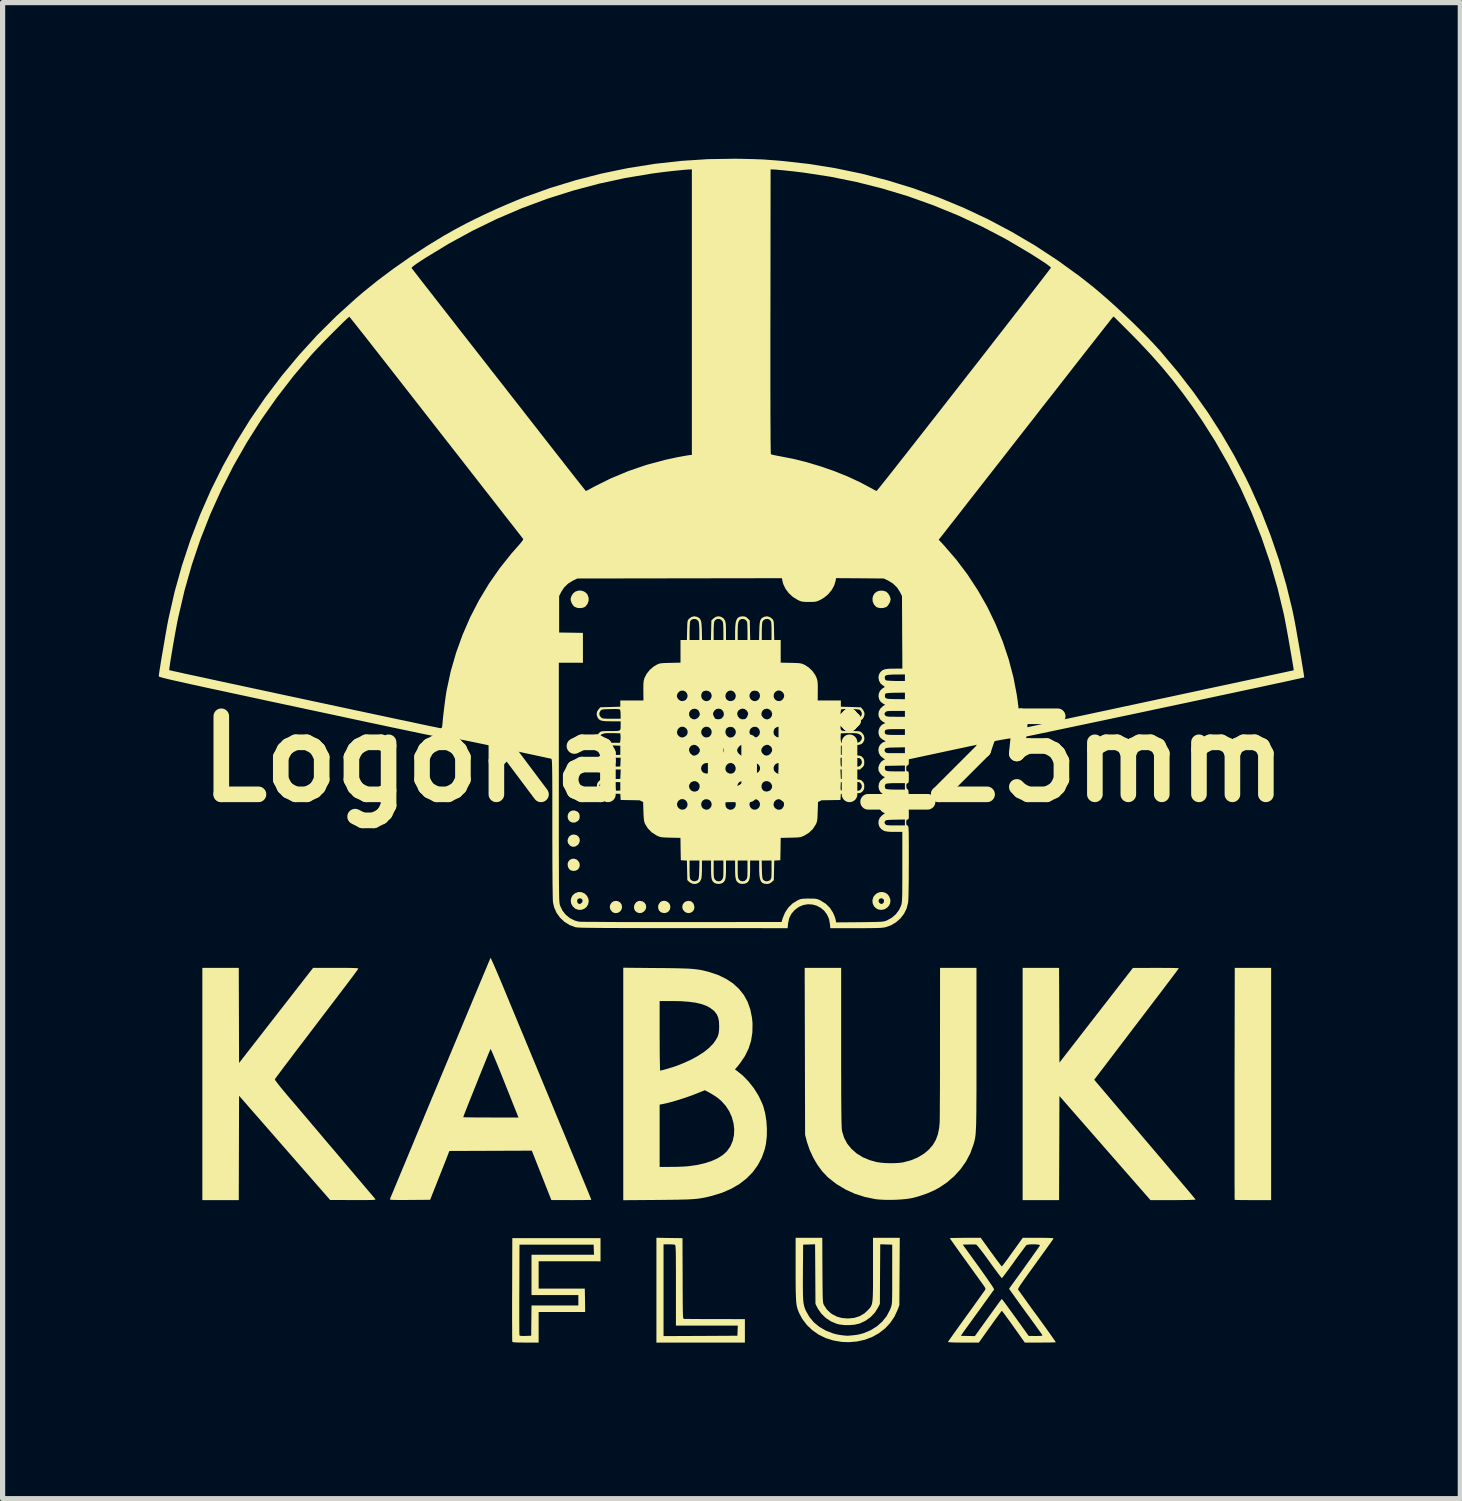
<source format=kicad_pcb>
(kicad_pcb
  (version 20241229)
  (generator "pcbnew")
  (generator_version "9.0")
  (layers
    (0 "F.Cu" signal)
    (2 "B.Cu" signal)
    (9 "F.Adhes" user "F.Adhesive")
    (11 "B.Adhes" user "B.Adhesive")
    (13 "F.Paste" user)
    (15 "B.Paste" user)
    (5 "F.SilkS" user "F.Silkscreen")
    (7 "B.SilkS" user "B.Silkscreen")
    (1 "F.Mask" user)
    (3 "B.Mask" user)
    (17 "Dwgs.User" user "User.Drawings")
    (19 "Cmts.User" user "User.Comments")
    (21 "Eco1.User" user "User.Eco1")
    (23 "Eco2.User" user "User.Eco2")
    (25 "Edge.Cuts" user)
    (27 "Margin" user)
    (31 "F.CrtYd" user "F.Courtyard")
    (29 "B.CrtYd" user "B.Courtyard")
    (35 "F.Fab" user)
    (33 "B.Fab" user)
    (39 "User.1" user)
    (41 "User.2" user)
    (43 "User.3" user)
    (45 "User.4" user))
  (footprint "LogoKabuki_25mm"
    (layer "F.Cu")
    (at 11.238 11.535)
    (property "Reference" "LogoKabuki_25mm" (at 0 0 0) (layer "F.SilkS") (effects (font (size 1.5 1.5) (thickness 0.3))))
    (attr board_only exclude_from_pos_files exclude_from_bom)
    (fp_poly (pts (xy -3.212 1.46) (xy -3.175 1.488) (xy -3.152 1.527) (xy -3.147 1.572) (xy -3.161 1.618) (xy -3.188 1.653) (xy -3.234 1.681) (xy -3.282 1.687) (xy -3.327 1.669) (xy -3.34 1.658) (xy -3.373 1.617) (xy -3.383 1.572) (xy -3.375 1.531) (xy -3.349 1.484) (xy -3.308 1.457) (xy -3.262 1.45)) (stroke (width 0) (type solid)) (fill yes) (layer "F.SilkS"))
    (fp_poly (pts (xy -2.408 2.734) (xy -2.37 2.758) (xy -2.344 2.796) (xy -2.335 2.845) (xy -2.346 2.893) (xy -2.374 2.93) (xy -2.413 2.954) (xy -2.459 2.961) (xy -2.504 2.95) (xy -2.529 2.932) (xy -2.562 2.887) (xy -2.571 2.838) (xy -2.562 2.799) (xy -2.534 2.756) (xy -2.495 2.732) (xy -2.451 2.725)) (stroke (width 0) (type solid)) (fill yes) (layer "F.SilkS"))
    (fp_poly (pts (xy -1.942 2.735) (xy -1.902 2.762) (xy -1.878 2.8) (xy -1.871 2.845) (xy -1.883 2.89) (xy -1.912 2.928) (xy -1.959 2.956) (xy -2.008 2.96) (xy -2.051 2.944) (xy -2.087 2.913) (xy -2.104 2.872) (xy -2.105 2.827) (xy -2.09 2.785) (xy -2.062 2.75) (xy -2.022 2.729) (xy -1.994 2.725)) (stroke (width 0) (type solid)) (fill yes) (layer "F.SilkS"))
    (fp_poly (pts (xy -1.006 2.735) (xy -0.971 2.766) (xy -0.955 2.796) (xy -0.944 2.847) (xy -0.953 2.893) (xy -0.979 2.929) (xy -1.016 2.953) (xy -1.059 2.961) (xy -1.105 2.95) (xy -1.138 2.928) (xy -1.169 2.887) (xy -1.179 2.841) (xy -1.17 2.797) (xy -1.144 2.759) (xy -1.104 2.734) (xy -1.055 2.725)) (stroke (width 0) (type solid)) (fill yes) (layer "F.SilkS"))
    (fp_poly (pts (xy -3.208 0.535) (xy -3.173 0.563) (xy -3.152 0.602) (xy -3.147 0.647) (xy -3.161 0.693) (xy -3.188 0.728) (xy -3.233 0.756) (xy -3.279 0.76) (xy -3.326 0.738) (xy -3.336 0.731) (xy -3.371 0.688) (xy -3.383 0.64) (xy -3.37 0.591) (xy -3.369 0.589) (xy -3.341 0.55) (xy -3.301 0.53) (xy -3.257 0.525)) (stroke (width 0) (type solid)) (fill yes) (layer "F.SilkS"))
    (fp_poly (pts (xy -3.24 0.99) (xy -3.194 1.009) (xy -3.183 1.018) (xy -3.16 1.046) (xy -3.151 1.079) (xy -3.15 1.105) (xy -3.153 1.144) (xy -3.166 1.171) (xy -3.188 1.193) (xy -3.236 1.219) (xy -3.287 1.221) (xy -3.327 1.206) (xy -3.361 1.175) (xy -3.379 1.132) (xy -3.38 1.084) (xy -3.364 1.039) (xy -3.333 1.006) (xy -3.289 0.989)) (stroke (width 0) (type solid)) (fill yes) (layer "F.SilkS"))
    (fp_poly (pts (xy -1.484 2.732) (xy -1.447 2.754) (xy -1.42 2.787) (xy -1.407 2.83) (xy -1.413 2.881) (xy -1.413 2.884) (xy -1.439 2.926) (xy -1.479 2.952) (xy -1.528 2.96) (xy -1.58 2.948) (xy -1.59 2.943) (xy -1.624 2.912) (xy -1.641 2.867) (xy -1.64 2.817) (xy -1.633 2.796) (xy -1.605 2.753) (xy -1.568 2.73) (xy -1.526 2.723)) (stroke (width 0) (type solid)) (fill yes) (layer "F.SilkS"))
    (fp_poly (pts (xy -3.211 1.93) (xy -3.188 1.947) (xy -3.157 1.989) (xy -3.147 2.036) (xy -3.155 2.08) (xy -3.18 2.118) (xy -3.219 2.143) (xy -3.262 2.15) (xy -3.3 2.145) (xy -3.332 2.132) (xy -3.334 2.131) (xy -3.356 2.107) (xy -3.374 2.072) (xy -3.375 2.068) (xy -3.382 2.016) (xy -3.368 1.972) (xy -3.34 1.938) (xy -3.301 1.918) (xy -3.257 1.914)) (stroke (width 0) (type solid)) (fill yes) (layer "F.SilkS"))
    (fp_poly (pts (xy 2.679 -3.235) (xy 2.735 -3.218) (xy 2.744 -3.212) (xy 2.778 -3.181) (xy 2.806 -3.135) (xy 2.823 -3.087) (xy 2.825 -3.065) (xy 2.816 -3.025) (xy 2.794 -2.98) (xy 2.766 -2.941) (xy 2.739 -2.92) (xy 2.69 -2.904) (xy 2.634 -2.9) (xy 2.582 -2.908) (xy 2.545 -2.926) (xy 2.504 -2.972) (xy 2.481 -3.027) (xy 2.477 -3.085) (xy 2.49 -3.14) (xy 2.521 -3.188) (xy 2.561 -3.218) (xy 2.617 -3.235)) (stroke (width 0) (type solid)) (fill yes) (layer "F.SilkS"))
    (fp_poly (pts (xy -3.117 -3.236) (xy -3.063 -3.218) (xy -3.017 -3.183) (xy -2.999 -3.159) (xy -2.978 -3.101) (xy -2.978 -3.04) (xy -2.999 -2.981) (xy -3.038 -2.932) (xy -3.045 -2.926) (xy -3.087 -2.907) (xy -3.141 -2.9) (xy -3.197 -2.905) (xy -3.245 -2.924) (xy -3.245 -2.924) (xy -3.278 -2.955) (xy -3.304 -2.998) (xy -3.304 -2.999) (xy -3.319 -3.041) (xy -3.324 -3.073) (xy -3.317 -3.105) (xy -3.305 -3.137) (xy -3.273 -3.186) (xy -3.228 -3.22) (xy -3.174 -3.236)) (stroke (width 0) (type solid)) (fill yes) (layer "F.SilkS"))
    (fp_poly (pts (xy 10.137 6.244) (xy 10.137 8.475) (xy 9.79 8.475) (xy 9.699 8.475) (xy 9.617 8.474) (xy 9.546 8.474) (xy 9.49 8.473) (xy 9.453 8.471) (xy 9.437 8.47) (xy 9.436 8.47) (xy 9.436 8.457) (xy 9.435 8.42) (xy 9.435 8.361) (xy 9.435 8.281) (xy 9.434 8.181) (xy 9.434 8.062) (xy 9.434 7.925) (xy 9.434 7.773) (xy 9.434 7.605) (xy 9.434 7.424) (xy 9.434 7.23) (xy 9.434 7.025) (xy 9.434 6.811) (xy 9.434 6.587) (xy 9.434 6.357) (xy 9.434 6.239) (xy 9.438 4.013) (xy 9.788 4.013) (xy 10.137 4.013)) (stroke (width 0) (type solid)) (fill yes) (layer "F.SilkS"))
    (fp_poly (pts (xy -3.108 2.559) (xy -3.054 2.584) (xy -3.012 2.625) (xy -2.984 2.678) (xy -2.975 2.73) (xy -2.986 2.79) (xy -3.016 2.84) (xy -3.06 2.876) (xy -3.113 2.896) (xy -3.17 2.898) (xy -3.227 2.879) (xy -3.239 2.872) (xy -3.286 2.827) (xy -3.313 2.775) (xy -3.321 2.72) (xy -3.321 2.718) (xy -3.199 2.718) (xy -3.196 2.75) (xy -3.18 2.773) (xy -3.178 2.774) (xy -3.158 2.785) (xy -3.144 2.784) (xy -3.126 2.775) (xy -3.099 2.75) (xy -3.094 2.716) (xy -3.1 2.699) (xy -3.123 2.68) (xy -3.155 2.676) (xy -3.183 2.688) (xy -3.185 2.69) (xy -3.199 2.718) (xy -3.321 2.718) (xy -3.311 2.666) (xy -3.284 2.617) (xy -3.241 2.58) (xy -3.182 2.557) (xy -3.166 2.554)) (stroke (width 0) (type solid)) (fill yes) (layer "F.SilkS"))
    (fp_poly (pts (xy 2.709 2.564) (xy 2.758 2.591) (xy 2.795 2.634) (xy 2.818 2.693) (xy 2.821 2.709) (xy 2.817 2.768) (xy 2.793 2.819) (xy 2.754 2.86) (xy 2.704 2.888) (xy 2.648 2.899) (xy 2.591 2.891) (xy 2.553 2.873) (xy 2.507 2.831) (xy 2.481 2.776) (xy 2.477 2.734) (xy 2.594 2.734) (xy 2.609 2.764) (xy 2.641 2.785) (xy 2.648 2.787) (xy 2.66 2.782) (xy 2.676 2.775) (xy 2.695 2.752) (xy 2.699 2.72) (xy 2.687 2.692) (xy 2.685 2.69) (xy 2.657 2.676) (xy 2.625 2.679) (xy 2.601 2.698) (xy 2.6 2.7) (xy 2.594 2.734) (xy 2.477 2.734) (xy 2.475 2.717) (xy 2.491 2.658) (xy 2.503 2.636) (xy 2.548 2.589) (xy 2.6 2.562) (xy 2.655 2.554)) (stroke (width 0) (type solid)) (fill yes) (layer "F.SilkS"))
    (fp_poly (pts (xy -1.424 9.203) (xy -1.174 9.206) (xy -1.171 9.981) (xy -1.171 10.14) (xy -1.17 10.275) (xy -1.17 10.388) (xy -1.169 10.483) (xy -1.168 10.559) (xy -1.167 10.62) (xy -1.165 10.667) (xy -1.164 10.702) (xy -1.161 10.726) (xy -1.158 10.742) (xy -1.155 10.752) (xy -1.151 10.756) (xy -1.146 10.758) (xy -1.144 10.758) (xy -1.126 10.758) (xy -1.087 10.759) (xy -1.027 10.759) (xy -0.951 10.76) (xy -0.859 10.76) (xy -0.756 10.761) (xy -0.644 10.761) (xy -0.547 10.761) (xy 0.025 10.762) (xy 0.025 10.988) (xy 0.025 11.213) (xy -0.825 11.213) (xy -1.675 11.213) (xy -1.675 10.206) (xy -1.675 9.325) (xy -1.538 9.325) (xy -1.538 10.207) (xy -1.538 11.088) (xy -0.828 11.085) (xy -0.119 11.081) (xy -0.115 10.984) (xy -0.111 10.887) (xy -0.706 10.887) (xy -1.3 10.887) (xy -1.3 10.114) (xy -1.3 9.954) (xy -1.3 9.818) (xy -1.301 9.703) (xy -1.301 9.608) (xy -1.302 9.531) (xy -1.303 9.469) (xy -1.305 9.422) (xy -1.307 9.387) (xy -1.309 9.362) (xy -1.312 9.346) (xy -1.315 9.337) (xy -1.319 9.333) (xy -1.32 9.333) (xy -1.341 9.329) (xy -1.38 9.326) (xy -1.429 9.325) (xy -1.439 9.325) (xy -1.538 9.325) (xy -1.675 9.325) (xy -1.675 9.199)) (stroke (width 0) (type solid)) (fill yes) (layer "F.SilkS"))
    (fp_poly (pts (xy 6.066 4.923) (xy 6.069 5.833) (xy 6.775 4.923) (xy 7.481 4.014) (xy 7.922 4.013) (xy 8.024 4.013) (xy 8.118 4.014) (xy 8.2 4.014) (xy 8.269 4.015) (xy 8.321 4.017) (xy 8.353 4.018) (xy 8.363 4.02) (xy 8.355 4.031) (xy 8.334 4.06) (xy 8.302 4.104) (xy 8.259 4.161) (xy 8.208 4.229) (xy 8.15 4.305) (xy 8.09 4.385) (xy 8.034 4.459) (xy 7.965 4.549) (xy 7.885 4.654) (xy 7.797 4.77) (xy 7.702 4.895) (xy 7.603 5.025) (xy 7.501 5.158) (xy 7.4 5.291) (xy 7.301 5.422) (xy 7.277 5.453) (xy 6.737 6.162) (xy 7.709 7.308) (xy 7.833 7.454) (xy 7.953 7.595) (xy 8.067 7.729) (xy 8.174 7.856) (xy 8.274 7.975) (xy 8.366 8.083) (xy 8.448 8.18) (xy 8.52 8.265) (xy 8.58 8.336) (xy 8.627 8.393) (xy 8.661 8.434) (xy 8.681 8.458) (xy 8.685 8.464) (xy 8.674 8.467) (xy 8.641 8.469) (xy 8.587 8.471) (xy 8.516 8.473) (xy 8.429 8.474) (xy 8.329 8.475) (xy 8.254 8.475) (xy 7.818 8.475) (xy 6.943 7.475) (xy 6.069 6.475) (xy 6.066 7.475) (xy 6.062 8.475) (xy 5.712 8.475) (xy 5.362 8.475) (xy 5.362 6.244) (xy 5.362 4.013) (xy 5.712 4.013) (xy 6.062 4.013)) (stroke (width 0) (type solid)) (fill yes) (layer "F.SilkS"))
    (fp_poly (pts (xy -2.749 9.429) (xy -2.749 9.651) (xy -3.343 9.65) (xy -3.938 9.65) (xy -3.938 9.912) (xy -3.938 10.175) (xy -3.494 10.175) (xy -3.051 10.175) (xy -3.047 10.4) (xy -3.044 10.625) (xy -3.491 10.625) (xy -3.938 10.625) (xy -3.938 10.919) (xy -3.938 11.213) (xy -4.188 11.213) (xy -4.279 11.212) (xy -4.347 11.211) (xy -4.396 11.208) (xy -4.426 11.205) (xy -4.442 11.2) (xy -4.444 11.197) (xy -4.445 11.182) (xy -4.446 11.144) (xy -4.447 11.086) (xy -4.447 11.007) (xy -4.447 10.912) (xy -4.448 10.801) (xy -4.448 10.677) (xy -4.448 10.605) (xy -4.31 10.605) (xy -4.31 10.722) (xy -4.31 10.826) (xy -4.309 10.914) (xy -4.309 10.985) (xy -4.308 11.036) (xy -4.307 11.066) (xy -4.307 11.072) (xy -4.296 11.081) (xy -4.268 11.085) (xy -4.221 11.086) (xy -4.191 11.085) (xy -4.081 11.081) (xy -4.078 10.791) (xy -4.075 10.5) (xy -3.625 10.5) (xy -3.175 10.5) (xy -3.175 10.4) (xy -3.175 10.3) (xy -3.625 10.3) (xy -4.075 10.3) (xy -4.075 9.912) (xy -4.075 9.525) (xy -3.475 9.525) (xy -2.874 9.525) (xy -2.878 9.428) (xy -2.881 9.331) (xy -3.594 9.331) (xy -4.306 9.331) (xy -4.309 10.194) (xy -4.31 10.339) (xy -4.31 10.476) (xy -4.31 10.605) (xy -4.448 10.605) (xy -4.448 10.541) (xy -4.448 10.395) (xy -4.447 10.242) (xy -4.447 10.194) (xy -4.444 9.206) (xy -3.596 9.206) (xy -2.749 9.206)) (stroke (width 0) (type solid)) (fill yes) (layer "F.SilkS"))
    (fp_poly (pts (xy -9.697 4.926) (xy -9.694 5.84) (xy -8.983 4.926) (xy -8.272 4.013) (xy -7.835 4.013) (xy -7.718 4.013) (xy -7.623 4.013) (xy -7.549 4.014) (xy -7.493 4.015) (xy -7.453 4.017) (xy -7.426 4.019) (xy -7.411 4.023) (xy -7.404 4.027) (xy -7.404 4.031) (xy -7.413 4.044) (xy -7.436 4.075) (xy -7.47 4.122) (xy -7.516 4.184) (xy -7.571 4.257) (xy -7.634 4.341) (xy -7.704 4.433) (xy -7.779 4.531) (xy -7.809 4.571) (xy -7.978 4.793) (xy -8.132 4.995) (xy -8.272 5.179) (xy -8.398 5.345) (xy -8.511 5.493) (xy -8.611 5.624) (xy -8.698 5.74) (xy -8.774 5.84) (xy -8.838 5.924) (xy -8.891 5.995) (xy -8.933 6.052) (xy -8.966 6.095) (xy -8.988 6.127) (xy -9.002 6.146) (xy -9.007 6.154) (xy -9.001 6.168) (xy -8.98 6.199) (xy -8.945 6.244) (xy -8.899 6.303) (xy -8.842 6.372) (xy -8.776 6.451) (xy -8.76 6.47) (xy -8.712 6.527) (xy -8.649 6.6) (xy -8.574 6.688) (xy -8.488 6.79) (xy -8.393 6.901) (xy -8.291 7.022) (xy -8.184 7.148) (xy -8.073 7.28) (xy -7.96 7.413) (xy -7.846 7.546) (xy -7.801 7.6) (xy -7.695 7.725) (xy -7.594 7.844) (xy -7.498 7.957) (xy -7.409 8.062) (xy -7.328 8.158) (xy -7.257 8.242) (xy -7.195 8.315) (xy -7.145 8.373) (xy -7.108 8.417) (xy -7.085 8.444) (xy -7.078 8.453) (xy -7.074 8.459) (xy -7.075 8.464) (xy -7.082 8.467) (xy -7.1 8.47) (xy -7.129 8.472) (xy -7.172 8.473) (xy -7.231 8.474) (xy -7.309 8.474) (xy -7.407 8.474) (xy -7.501 8.474) (xy -7.944 8.473) (xy -8.819 7.472) (xy -9.694 6.47) (xy -9.697 7.472) (xy -9.7 8.475) (xy -10.05 8.475) (xy -10.4 8.475) (xy -10.4 6.244) (xy -10.4 4.013) (xy -10.05 4.013) (xy -9.7 4.013)) (stroke (width 0) (type solid)) (fill yes) (layer "F.SilkS"))
    (fp_poly (pts (xy 1.875 5.541) (xy 1.875 5.773) (xy 1.875 5.982) (xy 1.876 6.168) (xy 1.876 6.334) (xy 1.876 6.479) (xy 1.877 6.606) (xy 1.878 6.717) (xy 1.879 6.811) (xy 1.88 6.891) (xy 1.881 6.958) (xy 1.883 7.013) (xy 1.884 7.057) (xy 1.886 7.093) (xy 1.889 7.12) (xy 1.891 7.141) (xy 1.894 7.156) (xy 1.932 7.279) (xy 1.992 7.391) (xy 2.073 7.491) (xy 2.172 7.578) (xy 2.289 7.651) (xy 2.423 7.707) (xy 2.556 7.744) (xy 2.627 7.755) (xy 2.714 7.763) (xy 2.809 7.766) (xy 2.904 7.765) (xy 2.99 7.76) (xy 3.061 7.751) (xy 3.062 7.751) (xy 3.213 7.711) (xy 3.35 7.654) (xy 3.472 7.579) (xy 3.563 7.501) (xy 3.637 7.415) (xy 3.693 7.32) (xy 3.733 7.213) (xy 3.758 7.09) (xy 3.767 6.994) (xy 3.768 6.968) (xy 3.769 6.919) (xy 3.77 6.849) (xy 3.771 6.759) (xy 3.771 6.65) (xy 3.772 6.525) (xy 3.773 6.385) (xy 3.773 6.233) (xy 3.774 6.069) (xy 3.774 5.895) (xy 3.774 5.713) (xy 3.774 5.525) (xy 3.774 5.453) (xy 3.775 4.013) (xy 4.125 4.013) (xy 4.475 4.013) (xy 4.475 5.567) (xy 4.475 5.803) (xy 4.475 6.015) (xy 4.475 6.205) (xy 4.475 6.375) (xy 4.474 6.525) (xy 4.473 6.657) (xy 4.473 6.773) (xy 4.471 6.873) (xy 4.47 6.96) (xy 4.468 7.034) (xy 4.465 7.098) (xy 4.462 7.152) (xy 4.459 7.198) (xy 4.455 7.238) (xy 4.45 7.272) (xy 4.445 7.302) (xy 4.439 7.33) (xy 4.432 7.357) (xy 4.424 7.385) (xy 4.416 7.412) (xy 4.356 7.576) (xy 4.274 7.732) (xy 4.171 7.879) (xy 4.049 8.013) (xy 3.911 8.133) (xy 3.759 8.236) (xy 3.667 8.286) (xy 3.514 8.352) (xy 3.35 8.407) (xy 3.227 8.438) (xy 3.147 8.451) (xy 3.049 8.461) (xy 2.94 8.468) (xy 2.826 8.471) (xy 2.716 8.47) (xy 2.615 8.465) (xy 2.535 8.457) (xy 2.334 8.416) (xy 2.14 8.354) (xy 1.958 8.271) (xy 1.788 8.169) (xy 1.634 8.049) (xy 1.612 8.029) (xy 1.512 7.923) (xy 1.419 7.797) (xy 1.338 7.658) (xy 1.27 7.511) (xy 1.219 7.362) (xy 1.216 7.35) (xy 1.182 7.219) (xy 1.178 5.616) (xy 1.174 4.013) (xy 1.525 4.013) (xy 1.875 4.013)) (stroke (width 0) (type solid)) (fill yes) (layer "F.SilkS"))
    (fp_poly (pts (xy -4.856 3.831) (xy -4.841 3.861) (xy -4.819 3.91) (xy -4.79 3.975) (xy -4.755 4.056) (xy -4.716 4.148) (xy -4.672 4.251) (xy -4.626 4.361) (xy -4.619 4.378) (xy -4.563 4.513) (xy -4.502 4.661) (xy -4.438 4.815) (xy -4.373 4.971) (xy -4.311 5.122) (xy -4.252 5.263) (xy -4.2 5.388) (xy -4.185 5.425) (xy -4.132 5.552) (xy -4.073 5.695) (xy -4.009 5.848) (xy -3.944 6.005) (xy -3.88 6.159) (xy -3.82 6.304) (xy -3.775 6.412) (xy -3.653 6.706) (xy -3.541 6.978) (xy -3.437 7.227) (xy -3.344 7.453) (xy -3.259 7.657) (xy -3.184 7.838) (xy -3.119 7.997) (xy -3.063 8.132) (xy -3.016 8.245) (xy -2.979 8.335) (xy -2.952 8.402) (xy -2.934 8.446) (xy -2.926 8.467) (xy -2.925 8.469) (xy -2.937 8.471) (xy -2.971 8.472) (xy -3.024 8.473) (xy -3.093 8.474) (xy -3.175 8.474) (xy -3.266 8.475) (xy -3.309 8.475) (xy -3.694 8.474) (xy -3.881 8) (xy -4.069 7.525) (xy -4.861 7.528) (xy -5.654 7.531) (xy -5.682 7.606) (xy -5.694 7.636) (xy -5.713 7.686) (xy -5.739 7.752) (xy -5.77 7.831) (xy -5.805 7.919) (xy -5.843 8.014) (xy -5.867 8.075) (xy -6.023 8.469) (xy -6.413 8.472) (xy -6.525 8.473) (xy -6.615 8.473) (xy -6.684 8.472) (xy -6.735 8.471) (xy -6.769 8.469) (xy -6.789 8.466) (xy -6.796 8.462) (xy -6.797 8.46) (xy -6.787 8.435) (xy -6.768 8.39) (xy -6.741 8.325) (xy -6.707 8.242) (xy -6.665 8.142) (xy -6.617 8.026) (xy -6.563 7.896) (xy -6.503 7.753) (xy -6.439 7.598) (xy -6.37 7.433) (xy -6.298 7.258) (xy -6.222 7.076) (xy -6.143 6.888) (xy -6.141 6.881) (xy -5.388 6.881) (xy -5.375 6.883) (xy -5.341 6.884) (xy -5.287 6.885) (xy -5.215 6.886) (xy -5.128 6.887) (xy -5.03 6.887) (xy -4.922 6.887) (xy -4.856 6.888) (xy -4.325 6.888) (xy -4.342 6.847) (xy -4.349 6.828) (xy -4.365 6.788) (xy -4.389 6.729) (xy -4.419 6.654) (xy -4.454 6.565) (xy -4.494 6.464) (xy -4.538 6.354) (xy -4.585 6.237) (xy -4.606 6.184) (xy -4.653 6.066) (xy -4.697 5.956) (xy -4.738 5.856) (xy -4.775 5.767) (xy -4.806 5.693) (xy -4.831 5.634) (xy -4.85 5.594) (xy -4.86 5.573) (xy -4.862 5.571) (xy -4.868 5.584) (xy -4.882 5.617) (xy -4.904 5.669) (xy -4.931 5.736) (xy -4.963 5.816) (xy -5 5.907) (xy -5.04 6.005) (xy -5.082 6.109) (xy -5.124 6.216) (xy -5.167 6.323) (xy -5.209 6.427) (xy -5.249 6.527) (xy -5.286 6.619) (xy -5.318 6.702) (xy -5.346 6.772) (xy -5.367 6.826) (xy -5.381 6.864) (xy -5.387 6.881) (xy -5.388 6.881) (xy -6.141 6.881) (xy -6.063 6.695) (xy -5.981 6.497) (xy -5.897 6.298) (xy -5.814 6.097) (xy -5.73 5.897) (xy -5.648 5.699) (xy -5.566 5.503) (xy -5.486 5.312) (xy -5.409 5.126) (xy -5.334 4.947) (xy -5.263 4.777) (xy -5.196 4.616) (xy -5.133 4.466) (xy -5.076 4.329) (xy -5.024 4.205) (xy -4.978 4.096) (xy -4.939 4.003) (xy -4.908 3.928) (xy -4.884 3.872) (xy -4.869 3.836) (xy -4.863 3.822) (xy -4.862 3.821)) (stroke (width 0) (type solid)) (fill yes) (layer "F.SilkS"))
    (fp_poly (pts (xy -1.666 4.016) (xy -1.506 4.017) (xy -1.37 4.019) (xy -1.253 4.021) (xy -1.153 4.024) (xy -1.068 4.027) (xy -0.995 4.032) (xy -0.932 4.038) (xy -0.875 4.045) (xy -0.823 4.053) (xy -0.773 4.064) (xy -0.722 4.076) (xy -0.668 4.09) (xy -0.662 4.092) (xy -0.489 4.15) (xy -0.336 4.224) (xy -0.202 4.312) (xy -0.089 4.416) (xy 0.005 4.534) (xy 0.078 4.666) (xy 0.13 4.813) (xy 0.162 4.974) (xy 0.172 5.084) (xy 0.169 5.253) (xy 0.144 5.412) (xy 0.097 5.562) (xy 0.026 5.707) (xy -0.07 5.848) (xy -0.11 5.898) (xy -0.166 5.964) (xy -0.136 5.985) (xy -0.015 6.082) (xy 0.098 6.199) (xy 0.201 6.33) (xy 0.288 6.47) (xy 0.357 6.615) (xy 0.38 6.676) (xy 0.415 6.808) (xy 0.438 6.953) (xy 0.448 7.104) (xy 0.446 7.253) (xy 0.43 7.394) (xy 0.408 7.494) (xy 0.351 7.656) (xy 0.273 7.804) (xy 0.175 7.939) (xy 0.057 8.059) (xy -0.081 8.166) (xy -0.237 8.257) (xy -0.412 8.333) (xy -0.604 8.392) (xy -0.611 8.394) (xy -0.672 8.409) (xy -0.727 8.422) (xy -0.779 8.432) (xy -0.831 8.441) (xy -0.885 8.449) (xy -0.944 8.454) (xy -1.012 8.459) (xy -1.089 8.463) (xy -1.18 8.465) (xy -1.286 8.468) (xy -1.41 8.469) (xy -1.556 8.471) (xy -1.647 8.472) (xy -2.312 8.477) (xy -2.312 7.838) (xy -1.613 7.838) (xy -1.409 7.837) (xy -1.327 7.837) (xy -1.24 7.834) (xy -1.157 7.831) (xy -1.088 7.826) (xy -1.07 7.825) (xy -0.904 7.802) (xy -0.752 7.768) (xy -0.615 7.724) (xy -0.496 7.67) (xy -0.396 7.606) (xy -0.319 7.535) (xy -0.318 7.534) (xy -0.253 7.441) (xy -0.209 7.338) (xy -0.185 7.228) (xy -0.18 7.112) (xy -0.194 6.995) (xy -0.226 6.879) (xy -0.276 6.768) (xy -0.343 6.664) (xy -0.428 6.57) (xy -0.487 6.519) (xy -0.536 6.484) (xy -0.596 6.446) (xy -0.652 6.413) (xy -0.652 6.413) (xy -0.744 6.364) (xy -0.927 6.437) (xy -1.024 6.474) (xy -1.131 6.511) (xy -1.243 6.547) (xy -1.353 6.58) (xy -1.453 6.607) (xy -1.537 6.626) (xy -1.539 6.626) (xy -1.613 6.641) (xy -1.613 7.239) (xy -1.613 7.838) (xy -2.312 7.838) (xy -2.312 6.244) (xy -2.312 4.65) (xy -1.613 4.65) (xy -1.613 5.319) (xy -1.612 5.445) (xy -1.612 5.564) (xy -1.611 5.673) (xy -1.61 5.769) (xy -1.608 5.851) (xy -1.607 5.915) (xy -1.605 5.961) (xy -1.603 5.984) (xy -1.602 5.987) (xy -1.587 5.984) (xy -1.552 5.976) (xy -1.505 5.963) (xy -1.462 5.951) (xy -1.302 5.901) (xy -1.15 5.841) (xy -1.006 5.775) (xy -0.876 5.704) (xy -0.76 5.628) (xy -0.664 5.551) (xy -0.588 5.473) (xy -0.578 5.461) (xy -0.531 5.394) (xy -0.499 5.336) (xy -0.48 5.276) (xy -0.471 5.208) (xy -0.469 5.138) (xy -0.473 5.043) (xy -0.488 4.967) (xy -0.515 4.905) (xy -0.556 4.852) (xy -0.576 4.832) (xy -0.643 4.781) (xy -0.722 4.739) (xy -0.816 4.706) (xy -0.926 4.681) (xy -1.055 4.664) (xy -1.204 4.653) (xy -1.375 4.65) (xy -1.378 4.65) (xy -1.613 4.65) (xy -2.312 4.65) (xy -2.312 4.01)) (stroke (width 0) (type solid)) (fill yes) (layer "F.SilkS"))
    (fp_poly (pts (xy 1.515 9.822) (xy 1.516 9.963) (xy 1.517 10.08) (xy 1.518 10.178) (xy 1.519 10.257) (xy 1.52 10.32) (xy 1.522 10.369) (xy 1.524 10.406) (xy 1.527 10.434) (xy 1.53 10.454) (xy 1.535 10.47) (xy 1.54 10.482) (xy 1.546 10.495) (xy 1.546 10.495) (xy 1.601 10.578) (xy 1.67 10.644) (xy 1.706 10.669) (xy 1.796 10.715) (xy 1.893 10.741) (xy 2.004 10.75) (xy 2.007 10.75) (xy 2.124 10.739) (xy 2.229 10.706) (xy 2.323 10.651) (xy 2.404 10.574) (xy 2.404 10.574) (xy 2.423 10.552) (xy 2.438 10.532) (xy 2.45 10.511) (xy 2.461 10.487) (xy 2.469 10.457) (xy 2.475 10.42) (xy 2.48 10.372) (xy 2.483 10.313) (xy 2.485 10.239) (xy 2.487 10.148) (xy 2.487 10.038) (xy 2.487 9.908) (xy 2.487 9.804) (xy 2.487 9.2) (xy 2.744 9.2) (xy 3.001 9.2) (xy 2.997 9.847) (xy 2.993 10.494) (xy 2.961 10.581) (xy 2.898 10.716) (xy 2.816 10.837) (xy 2.716 10.943) (xy 2.6 11.033) (xy 2.471 11.105) (xy 2.331 11.158) (xy 2.18 11.192) (xy 2.022 11.205) (xy 1.887 11.2) (xy 1.728 11.173) (xy 1.579 11.127) (xy 1.443 11.06) (xy 1.322 10.976) (xy 1.216 10.875) (xy 1.128 10.758) (xy 1.079 10.668) (xy 1.062 10.632) (xy 1.048 10.598) (xy 1.036 10.563) (xy 1.026 10.527) (xy 1.018 10.485) (xy 1.012 10.436) (xy 1.008 10.377) (xy 1.005 10.306) (xy 1.002 10.22) (xy 1.001 10.118) (xy 1.001 10.116) (xy 1.139 10.116) (xy 1.14 10.215) (xy 1.141 10.297) (xy 1.144 10.364) (xy 1.148 10.419) (xy 1.154 10.464) (xy 1.162 10.503) (xy 1.171 10.537) (xy 1.183 10.569) (xy 1.198 10.603) (xy 1.199 10.606) (xy 1.267 10.724) (xy 1.354 10.827) (xy 1.461 10.914) (xy 1.585 10.985) (xy 1.723 11.038) (xy 1.785 11.054) (xy 1.856 11.067) (xy 1.925 11.076) (xy 1.987 11.081) (xy 2.025 11.08) (xy 2.054 11.077) (xy 2.098 11.073) (xy 2.135 11.069) (xy 2.187 11.062) (xy 2.25 11.048) (xy 2.309 11.031) (xy 2.31 11.031) (xy 2.444 10.974) (xy 2.564 10.899) (xy 2.666 10.808) (xy 2.75 10.703) (xy 2.813 10.583) (xy 2.826 10.55) (xy 2.833 10.531) (xy 2.839 10.512) (xy 2.844 10.492) (xy 2.848 10.469) (xy 2.851 10.439) (xy 2.853 10.401) (xy 2.854 10.351) (xy 2.855 10.288) (xy 2.856 10.209) (xy 2.856 10.112) (xy 2.856 9.993) (xy 2.856 9.9) (xy 2.856 9.331) (xy 2.741 9.328) (xy 2.626 9.324) (xy 2.622 9.896) (xy 2.619 10.469) (xy 2.584 10.539) (xy 2.523 10.637) (xy 2.442 10.722) (xy 2.346 10.792) (xy 2.238 10.843) (xy 2.213 10.851) (xy 2.13 10.869) (xy 2.033 10.877) (xy 1.932 10.876) (xy 1.839 10.864) (xy 1.786 10.851) (xy 1.678 10.805) (xy 1.58 10.74) (xy 1.496 10.659) (xy 1.43 10.566) (xy 1.416 10.539) (xy 1.381 10.469) (xy 1.378 9.896) (xy 1.374 9.324) (xy 1.259 9.328) (xy 1.144 9.331) (xy 1.14 9.856) (xy 1.139 9.997) (xy 1.139 10.116) (xy 1.001 10.116) (xy 1 9.996) (xy 1 9.852) (xy 1 9.803) (xy 1 9.2) (xy 1.256 9.2) (xy 1.512 9.2)) (stroke (width 0) (type solid)) (fill yes) (layer "F.SilkS"))
    (fp_poly (pts (xy 4.755 9.475) (xy 4.808 9.547) (xy 4.856 9.613) (xy 4.897 9.668) (xy 4.93 9.711) (xy 4.952 9.739) (xy 4.962 9.75) (xy 4.962 9.75) (xy 4.971 9.74) (xy 4.993 9.713) (xy 5.025 9.67) (xy 5.066 9.615) (xy 5.113 9.55) (xy 5.165 9.477) (xy 5.167 9.475) (xy 5.364 9.2) (xy 5.664 9.2) (xy 5.761 9.2) (xy 5.836 9.201) (xy 5.89 9.203) (xy 5.927 9.205) (xy 5.948 9.209) (xy 5.955 9.213) (xy 5.955 9.216) (xy 5.95 9.222) (xy 5.94 9.237) (xy 5.924 9.26) (xy 5.901 9.293) (xy 5.869 9.337) (xy 5.829 9.393) (xy 5.779 9.463) (xy 5.718 9.547) (xy 5.646 9.647) (xy 5.562 9.764) (xy 5.465 9.899) (xy 5.384 10.012) (xy 5.339 10.076) (xy 5.304 10.128) (xy 5.282 10.167) (xy 5.273 10.189) (xy 5.273 10.193) (xy 5.284 10.207) (xy 5.306 10.238) (xy 5.337 10.282) (xy 5.375 10.334) (xy 5.4 10.369) (xy 5.444 10.43) (xy 5.487 10.49) (xy 5.524 10.542) (xy 5.553 10.582) (xy 5.562 10.594) (xy 5.595 10.638) (xy 5.636 10.694) (xy 5.682 10.758) (xy 5.732 10.826) (xy 5.783 10.897) (xy 5.833 10.967) (xy 5.88 11.033) (xy 5.922 11.093) (xy 5.957 11.143) (xy 5.983 11.18) (xy 5.998 11.202) (xy 6 11.206) (xy 5.988 11.208) (xy 5.955 11.209) (xy 5.903 11.211) (xy 5.837 11.212) (xy 5.759 11.212) (xy 5.702 11.213) (xy 5.404 11.213) (xy 5.187 10.907) (xy 5.132 10.83) (xy 5.082 10.761) (xy 5.038 10.701) (xy 5.003 10.653) (xy 4.977 10.619) (xy 4.964 10.603) (xy 4.963 10.601) (xy 4.954 10.611) (xy 4.933 10.639) (xy 4.901 10.682) (xy 4.86 10.738) (xy 4.812 10.804) (xy 4.759 10.879) (xy 4.738 10.907) (xy 4.521 11.213) (xy 4.222 11.213) (xy 4.124 11.212) (xy 4.044 11.211) (xy 3.983 11.208) (xy 3.944 11.205) (xy 3.927 11.202) (xy 3.927 11.201) (xy 3.935 11.188) (xy 3.956 11.158) (xy 3.989 11.111) (xy 4.009 11.083) (xy 4.175 11.083) (xy 4.309 11.086) (xy 4.444 11.088) (xy 4.599 10.872) (xy 4.681 10.758) (xy 4.749 10.664) (xy 4.805 10.586) (xy 4.85 10.523) (xy 4.886 10.474) (xy 4.913 10.437) (xy 4.933 10.411) (xy 4.946 10.393) (xy 4.955 10.382) (xy 4.96 10.377) (xy 4.962 10.376) (xy 4.963 10.376) (xy 4.971 10.385) (xy 4.992 10.413) (xy 5.025 10.457) (xy 5.067 10.514) (xy 5.116 10.582) (xy 5.172 10.659) (xy 5.224 10.73) (xy 5.479 11.085) (xy 5.615 11.086) (xy 5.677 11.085) (xy 5.717 11.083) (xy 5.738 11.079) (xy 5.742 11.072) (xy 5.742 11.071) (xy 5.732 11.056) (xy 5.71 11.025) (xy 5.679 10.981) (xy 5.641 10.929) (xy 5.6 10.871) (xy 5.557 10.812) (xy 5.517 10.757) (xy 5.481 10.707) (xy 5.462 10.681) (xy 5.438 10.649) (xy 5.404 10.602) (xy 5.362 10.544) (xy 5.315 10.479) (xy 5.267 10.412) (xy 5.221 10.348) (xy 5.181 10.291) (xy 5.148 10.246) (xy 5.128 10.217) (xy 5.101 10.179) (xy 5.136 10.13) (xy 5.227 10.004) (xy 5.313 9.885) (xy 5.393 9.773) (xy 5.466 9.671) (xy 5.531 9.58) (xy 5.586 9.502) (xy 5.632 9.437) (xy 5.666 9.388) (xy 5.687 9.357) (xy 5.695 9.345) (xy 5.687 9.336) (xy 5.66 9.33) (xy 5.62 9.326) (xy 5.573 9.325) (xy 5.525 9.325) (xy 5.482 9.329) (xy 5.449 9.334) (xy 5.436 9.34) (xy 5.423 9.354) (xy 5.399 9.386) (xy 5.364 9.433) (xy 5.32 9.492) (xy 5.269 9.561) (xy 5.214 9.637) (xy 5.194 9.666) (xy 5.138 9.743) (xy 5.087 9.813) (xy 5.042 9.873) (xy 5.006 9.922) (xy 4.979 9.956) (xy 4.964 9.973) (xy 4.962 9.975) (xy 4.953 9.965) (xy 4.931 9.937) (xy 4.898 9.894) (xy 4.856 9.838) (xy 4.806 9.771) (xy 4.752 9.696) (xy 4.723 9.656) (xy 4.659 9.567) (xy 4.602 9.49) (xy 4.553 9.426) (xy 4.513 9.377) (xy 4.485 9.344) (xy 4.47 9.33) (xy 4.469 9.33) (xy 4.446 9.328) (xy 4.405 9.327) (xy 4.353 9.327) (xy 4.327 9.328) (xy 4.211 9.331) (xy 4.518 9.755) (xy 4.592 9.859) (xy 4.658 9.952) (xy 4.713 10.032) (xy 4.758 10.097) (xy 4.79 10.146) (xy 4.809 10.179) (xy 4.814 10.193) (xy 4.814 10.193) (xy 4.805 10.206) (xy 4.782 10.237) (xy 4.749 10.283) (xy 4.708 10.34) (xy 4.66 10.407) (xy 4.607 10.48) (xy 4.606 10.481) (xy 4.548 10.563) (xy 4.488 10.645) (xy 4.43 10.725) (xy 4.379 10.796) (xy 4.336 10.855) (xy 4.313 10.887) (xy 4.274 10.94) (xy 4.24 10.988) (xy 4.213 11.026) (xy 4.197 11.05) (xy 4.196 11.051) (xy 4.175 11.083) (xy 4.009 11.083) (xy 4.032 11.05) (xy 4.084 10.977) (xy 4.144 10.894) (xy 4.209 10.803) (xy 4.276 10.71) (xy 4.347 10.612) (xy 4.413 10.52) (xy 4.473 10.436) (xy 4.527 10.361) (xy 4.571 10.299) (xy 4.606 10.25) (xy 4.629 10.218) (xy 4.638 10.204) (xy 4.647 10.185) (xy 4.645 10.167) (xy 4.63 10.141) (xy 4.617 10.122) (xy 4.602 10.101) (xy 4.574 10.061) (xy 4.534 10.006) (xy 4.486 9.939) (xy 4.429 9.861) (xy 4.367 9.774) (xy 4.301 9.683) (xy 4.271 9.641) (xy 4.205 9.55) (xy 4.144 9.465) (xy 4.09 9.389) (xy 4.043 9.323) (xy 4.006 9.27) (xy 3.979 9.232) (xy 3.965 9.21) (xy 3.962 9.207) (xy 3.974 9.205) (xy 4.008 9.203) (xy 4.06 9.202) (xy 4.126 9.201) (xy 4.204 9.2) (xy 4.26 9.2) (xy 4.557 9.2)) (stroke (width 0) (type solid)) (fill yes) (layer "F.SilkS"))
    (fp_poly (pts (xy -0.025 -11.533) (xy 0.087 -11.53) (xy 0.18 -11.528) (xy 0.257 -11.525) (xy 0.326 -11.523) (xy 0.389 -11.52) (xy 0.453 -11.515) (xy 0.523 -11.51) (xy 0.603 -11.504) (xy 0.7 -11.496) (xy 0.731 -11.493) (xy 1.247 -11.436) (xy 1.759 -11.354) (xy 2.266 -11.249) (xy 2.767 -11.119) (xy 3.262 -10.967) (xy 3.749 -10.791) (xy 4.227 -10.593) (xy 4.695 -10.373) (xy 5.153 -10.13) (xy 5.6 -9.867) (xy 6.035 -9.582) (xy 6.456 -9.277) (xy 6.717 -9.072) (xy 6.851 -8.959) (xy 6.996 -8.833) (xy 7.148 -8.697) (xy 7.302 -8.554) (xy 7.456 -8.408) (xy 7.605 -8.262) (xy 7.746 -8.119) (xy 7.875 -7.984) (xy 7.989 -7.86) (xy 8.014 -7.831) (xy 8.339 -7.445) (xy 8.641 -7.055) (xy 8.921 -6.66) (xy 9.18 -6.256) (xy 9.422 -5.841) (xy 9.646 -5.413) (xy 9.744 -5.211) (xy 9.946 -4.759) (xy 10.127 -4.295) (xy 10.288 -3.825) (xy 10.427 -3.35) (xy 10.543 -2.875) (xy 10.574 -2.725) (xy 10.584 -2.674) (xy 10.597 -2.606) (xy 10.612 -2.525) (xy 10.628 -2.434) (xy 10.645 -2.335) (xy 10.664 -2.232) (xy 10.682 -2.126) (xy 10.7 -2.022) (xy 10.717 -1.922) (xy 10.732 -1.829) (xy 10.746 -1.746) (xy 10.757 -1.675) (xy 10.766 -1.62) (xy 10.771 -1.584) (xy 10.773 -1.569) (xy 10.772 -1.569) (xy 10.759 -1.565) (xy 10.722 -1.557) (xy 10.664 -1.544) (xy 10.585 -1.527) (xy 10.488 -1.505) (xy 10.372 -1.48) (xy 10.24 -1.452) (xy 10.093 -1.42) (xy 9.932 -1.385) (xy 9.759 -1.348) (xy 9.575 -1.309) (xy 9.38 -1.267) (xy 9.177 -1.224) (xy 8.967 -1.179) (xy 8.752 -1.133) (xy 8.531 -1.086) (xy 8.308 -1.039) (xy 8.082 -0.991) (xy 7.856 -0.943) (xy 7.631 -0.895) (xy 7.408 -0.848) (xy 7.188 -0.802) (xy 6.973 -0.756) (xy 6.764 -0.712) (xy 6.563 -0.67) (xy 6.37 -0.629) (xy 6.187 -0.591) (xy 6.016 -0.555) (xy 5.857 -0.521) (xy 5.712 -0.491) (xy 5.583 -0.464) (xy 5.47 -0.441) (xy 5.375 -0.422) (xy 5.3 -0.406) (xy 5.245 -0.395) (xy 5.212 -0.389) (xy 5.202 -0.388) (xy 5.196 -0.394) (xy 5.184 -0.398) (xy 5.162 -0.399) (xy 5.131 -0.397) (xy 5.088 -0.392) (xy 5.032 -0.383) (xy 4.963 -0.371) (xy 4.877 -0.355) (xy 4.775 -0.335) (xy 4.654 -0.31) (xy 4.513 -0.281) (xy 4.351 -0.247) (xy 4.166 -0.207) (xy 4.122 -0.198) (xy 3.175 0.005) (xy 3.175 0.06) (xy 3.173 0.096) (xy 3.164 0.114) (xy 3.15 0.121) (xy 3.134 0.131) (xy 3.126 0.152) (xy 3.125 0.183) (xy 3.127 0.217) (xy 3.134 0.233) (xy 3.149 0.237) (xy 3.15 0.237) (xy 3.162 0.239) (xy 3.169 0.248) (xy 3.173 0.269) (xy 3.175 0.306) (xy 3.175 0.349) (xy 3.175 0.402) (xy 3.172 0.435) (xy 3.167 0.454) (xy 3.158 0.463) (xy 3.149 0.466) (xy 3.133 0.474) (xy 3.127 0.492) (xy 3.127 0.527) (xy 3.133 0.565) (xy 3.145 0.58) (xy 3.15 0.581) (xy 3.159 0.586) (xy 3.165 0.603) (xy 3.17 0.636) (xy 3.172 0.69) (xy 3.172 0.697) (xy 3.174 0.751) (xy 3.173 0.785) (xy 3.169 0.803) (xy 3.162 0.811) (xy 3.15 0.812) (xy 3.134 0.816) (xy 3.127 0.831) (xy 3.125 0.865) (xy 3.125 0.867) (xy 3.127 0.903) (xy 3.136 0.922) (xy 3.15 0.929) (xy 3.162 0.934) (xy 3.169 0.946) (xy 3.173 0.969) (xy 3.175 1.009) (xy 3.175 1.049) (xy 3.175 1.103) (xy 3.173 1.136) (xy 3.168 1.154) (xy 3.16 1.161) (xy 3.15 1.163) (xy 3.134 1.166) (xy 3.127 1.182) (xy 3.125 1.216) (xy 3.125 1.217) (xy 3.127 1.253) (xy 3.136 1.272) (xy 3.15 1.279) (xy 3.155 1.281) (xy 3.16 1.285) (xy 3.164 1.293) (xy 3.167 1.307) (xy 3.169 1.329) (xy 3.171 1.361) (xy 3.173 1.405) (xy 3.174 1.463) (xy 3.174 1.536) (xy 3.175 1.628) (xy 3.175 1.739) (xy 3.175 1.872) (xy 3.175 1.977) (xy 3.174 2.114) (xy 3.174 2.244) (xy 3.173 2.365) (xy 3.171 2.474) (xy 3.17 2.57) (xy 3.168 2.649) (xy 3.165 2.709) (xy 3.163 2.748) (xy 3.162 2.756) (xy 3.134 2.868) (xy 3.084 2.971) (xy 3.015 3.061) (xy 2.929 3.137) (xy 2.829 3.196) (xy 2.729 3.231) (xy 2.705 3.236) (xy 2.675 3.24) (xy 2.635 3.244) (xy 2.583 3.246) (xy 2.516 3.248) (xy 2.433 3.249) (xy 2.331 3.25) (xy 2.206 3.25) (xy 2.162 3.25) (xy 1.666 3.25) (xy 1.659 3.169) (xy 1.641 3.071) (xy 1.603 2.987) (xy 1.549 2.915) (xy 1.482 2.859) (xy 1.406 2.818) (xy 1.322 2.795) (xy 1.236 2.79) (xy 1.148 2.805) (xy 1.064 2.84) (xy 0.985 2.898) (xy 0.98 2.903) (xy 0.918 2.975) (xy 0.877 3.057) (xy 0.856 3.152) (xy 0.854 3.169) (xy 0.846 3.25) (xy -1.161 3.249) (xy -1.429 3.249) (xy -1.674 3.249) (xy -1.895 3.249) (xy -2.095 3.248) (xy -2.275 3.248) (xy -2.434 3.247) (xy -2.576 3.247) (xy -2.7 3.246) (xy -2.808 3.245) (xy -2.901 3.244) (xy -2.98 3.243) (xy -3.046 3.242) (xy -3.1 3.241) (xy -3.144 3.239) (xy -3.178 3.237) (xy -3.204 3.235) (xy -3.222 3.233) (xy -3.234 3.231) (xy -3.234 3.231) (xy -3.345 3.189) (xy -3.443 3.127) (xy -3.526 3.049) (xy -3.593 2.956) (xy -3.639 2.853) (xy -3.662 2.756) (xy -3.664 2.729) (xy -3.666 2.679) (xy -3.668 2.605) (xy -3.669 2.51) (xy -3.671 2.394) (xy -3.672 2.259) (xy -3.673 2.105) (xy -3.674 1.935) (xy -3.674 1.748) (xy -3.675 1.546) (xy -3.675 1.335) (xy -3.675 1.123) (xy -3.675 0.935) (xy -3.675 0.769) (xy -3.675 0.624) (xy -3.676 0.498) (xy -3.676 0.448) (xy -3.55 0.448) (xy -3.55 0.729) (xy -3.55 0.987) (xy -3.55 1.221) (xy -3.55 1.434) (xy -3.55 1.627) (xy -3.55 1.8) (xy -3.549 1.954) (xy -3.549 2.091) (xy -3.548 2.212) (xy -3.548 2.318) (xy -3.547 2.409) (xy -3.546 2.488) (xy -3.545 2.555) (xy -3.544 2.612) (xy -3.543 2.658) (xy -3.542 2.697) (xy -3.54 2.727) (xy -3.538 2.752) (xy -3.536 2.771) (xy -3.534 2.786) (xy -3.531 2.798) (xy -3.528 2.808) (xy -3.525 2.817) (xy -3.525 2.819) (xy -3.48 2.912) (xy -3.417 2.992) (xy -3.337 3.057) (xy -3.246 3.103) (xy -3.167 3.124) (xy -3.148 3.126) (xy -3.105 3.127) (xy -3.04 3.128) (xy -2.954 3.129) (xy -2.849 3.129) (xy -2.726 3.13) (xy -2.586 3.131) (xy -2.431 3.132) (xy -2.263 3.132) (xy -2.082 3.133) (xy -1.89 3.133) (xy -1.689 3.133) (xy -1.479 3.133) (xy -1.263 3.133) (xy -1.188 3.133) (xy 0.73 3.131) (xy 0.75 3.062) (xy 0.796 2.951) (xy 0.86 2.854) (xy 0.941 2.775) (xy 1.033 2.718) (xy 1.066 2.702) (xy 1.095 2.692) (xy 1.126 2.686) (xy 1.165 2.683) (xy 1.22 2.681) (xy 1.256 2.681) (xy 1.321 2.682) (xy 1.367 2.683) (xy 1.402 2.688) (xy 1.43 2.696) (xy 1.46 2.709) (xy 1.48 2.719) (xy 1.579 2.781) (xy 1.658 2.858) (xy 1.717 2.95) (xy 1.74 3) (xy 1.758 3.049) (xy 1.769 3.087) (xy 1.769 3.088) (xy 1.778 3.139) (xy 2.229 3.135) (xy 2.348 3.134) (xy 2.445 3.132) (xy 2.522 3.131) (xy 2.583 3.129) (xy 2.63 3.127) (xy 2.665 3.124) (xy 2.692 3.12) (xy 2.714 3.115) (xy 2.733 3.109) (xy 2.748 3.104) (xy 2.844 3.052) (xy 2.925 2.983) (xy 2.988 2.899) (xy 3.025 2.819) (xy 3.03 2.802) (xy 3.035 2.784) (xy 3.039 2.763) (xy 3.042 2.737) (xy 3.044 2.704) (xy 3.046 2.661) (xy 3.048 2.606) (xy 3.049 2.537) (xy 3.049 2.453) (xy 3.05 2.349) (xy 3.05 2.226) (xy 3.05 2.079) (xy 3.05 2.073) (xy 3.05 1.4) (xy 2.9 1.4) (xy 2.821 1.399) (xy 2.763 1.394) (xy 2.72 1.386) (xy 2.7 1.38) (xy 2.646 1.347) (xy 2.61 1.301) (xy 2.592 1.247) (xy 2.593 1.217) (xy 2.707 1.217) (xy 2.714 1.239) (xy 2.72 1.247) (xy 2.728 1.258) (xy 2.74 1.266) (xy 2.759 1.271) (xy 2.789 1.273) (xy 2.835 1.275) (xy 2.9 1.275) (xy 2.919 1.275) (xy 3.1 1.275) (xy 3.1 1.218) (xy 3.1 1.162) (xy 2.917 1.165) (xy 2.845 1.167) (xy 2.795 1.169) (xy 2.761 1.172) (xy 2.739 1.177) (xy 2.726 1.184) (xy 2.718 1.194) (xy 2.717 1.194) (xy 2.707 1.217) (xy 2.593 1.217) (xy 2.593 1.19) (xy 2.613 1.136) (xy 2.652 1.089) (xy 2.68 1.068) (xy 2.708 1.049) (xy 2.714 1.039) (xy 2.708 1.038) (xy 2.686 1.029) (xy 2.656 1.008) (xy 2.643 0.996) (xy 2.607 0.945) (xy 2.59 0.887) (xy 2.59 0.877) (xy 2.712 0.877) (xy 2.715 0.907) (xy 2.721 0.917) (xy 2.736 0.92) (xy 2.771 0.922) (xy 2.822 0.924) (xy 2.884 0.925) (xy 2.915 0.925) (xy 3.1 0.925) (xy 3.1 0.869) (xy 3.1 0.812) (xy 2.93 0.812) (xy 2.866 0.813) (xy 2.809 0.816) (xy 2.765 0.82) (xy 2.739 0.824) (xy 2.737 0.825) (xy 2.72 0.846) (xy 2.712 0.877) (xy 2.59 0.877) (xy 2.593 0.832) (xy 2.606 0.802) (xy 2.629 0.769) (xy 2.656 0.738) (xy 2.682 0.718) (xy 2.695 0.713) (xy 2.711 0.708) (xy 2.706 0.694) (xy 2.68 0.676) (xy 2.676 0.673) (xy 2.63 0.634) (xy 2.602 0.584) (xy 2.593 0.53) (xy 2.713 0.53) (xy 2.721 0.56) (xy 2.734 0.574) (xy 2.754 0.579) (xy 2.794 0.583) (xy 2.848 0.586) (xy 2.912 0.587) (xy 2.928 0.587) (xy 3.1 0.588) (xy 3.1 0.525) (xy 3.1 0.463) (xy 2.93 0.463) (xy 2.866 0.463) (xy 2.809 0.466) (xy 2.765 0.47) (xy 2.739 0.474) (xy 2.737 0.475) (xy 2.718 0.498) (xy 2.713 0.53) (xy 2.593 0.53) (xy 2.593 0.527) (xy 2.601 0.471) (xy 2.627 0.419) (xy 2.672 0.379) (xy 2.676 0.377) (xy 2.704 0.358) (xy 2.712 0.344) (xy 2.698 0.338) (xy 2.695 0.338) (xy 2.675 0.328) (xy 2.648 0.303) (xy 2.622 0.271) (xy 2.601 0.238) (xy 2.593 0.218) (xy 2.591 0.193) (xy 2.714 0.193) (xy 2.722 0.211) (xy 2.741 0.224) (xy 2.774 0.232) (xy 2.825 0.236) (xy 2.896 0.237) (xy 2.927 0.237) (xy 3.1 0.237) (xy 3.1 0.181) (xy 3.1 0.124) (xy 2.909 0.128) (xy 2.719 0.131) (xy 2.715 0.168) (xy 2.714 0.193) (xy 2.591 0.193) (xy 2.59 0.161) (xy 2.609 0.103) (xy 2.643 0.054) (xy 2.673 0.029) (xy 2.7 0.014) (xy 2.708 0.012) (xy 2.714 0.007) (xy 2.698 -0.007) (xy 2.68 -0.018) (xy 2.632 -0.059) (xy 2.602 -0.11) (xy 2.59 -0.165) (xy 2.591 -0.17) (xy 2.707 -0.17) (xy 2.714 -0.149) (xy 2.72 -0.14) (xy 2.728 -0.129) (xy 2.74 -0.122) (xy 2.759 -0.117) (xy 2.789 -0.114) (xy 2.835 -0.113) (xy 2.9 -0.113) (xy 2.919 -0.113) (xy 3.1 -0.113) (xy 3.1 -0.169) (xy 3.1 -0.226) (xy 2.917 -0.222) (xy 2.845 -0.221) (xy 2.795 -0.219) (xy 2.761 -0.215) (xy 2.739 -0.211) (xy 2.726 -0.204) (xy 2.718 -0.194) (xy 2.717 -0.193) (xy 2.707 -0.17) (xy 2.591 -0.17) (xy 2.596 -0.22) (xy 2.62 -0.27) (xy 2.662 -0.31) (xy 2.686 -0.323) (xy 2.733 -0.342) (xy 2.682 -0.368) (xy 2.637 -0.401) (xy 2.609 -0.438) (xy 2.592 -0.494) (xy 2.593 -0.519) (xy 2.712 -0.519) (xy 2.715 -0.498) (xy 2.723 -0.483) (xy 2.742 -0.473) (xy 2.775 -0.467) (xy 2.824 -0.464) (xy 2.894 -0.463) (xy 2.921 -0.463) (xy 3.1 -0.463) (xy 3.1 -0.519) (xy 3.1 -0.575) (xy 2.921 -0.575) (xy 2.844 -0.574) (xy 2.789 -0.572) (xy 2.751 -0.567) (xy 2.728 -0.558) (xy 2.717 -0.545) (xy 2.713 -0.526) (xy 2.712 -0.519) (xy 2.593 -0.519) (xy 2.595 -0.553) (xy 2.615 -0.608) (xy 2.651 -0.652) (xy 2.687 -0.675) (xy 2.725 -0.691) (xy 2.685 -0.712) (xy 2.633 -0.752) (xy 2.601 -0.807) (xy 2.591 -0.852) (xy 2.592 -0.859) (xy 2.708 -0.859) (xy 2.719 -0.841) (xy 2.732 -0.828) (xy 2.751 -0.82) (xy 2.78 -0.815) (xy 2.824 -0.813) (xy 2.886 -0.813) (xy 2.92 -0.812) (xy 3.1 -0.812) (xy 3.1 -0.869) (xy 3.1 -0.925) (xy 2.925 -0.925) (xy 2.855 -0.925) (xy 2.805 -0.923) (xy 2.771 -0.921) (xy 2.749 -0.916) (xy 2.735 -0.908) (xy 2.725 -0.9) (xy 2.709 -0.877) (xy 2.708 -0.859) (xy 2.592 -0.859) (xy 2.597 -0.911) (xy 2.626 -0.967) (xy 2.676 -1.015) (xy 2.682 -1.019) (xy 2.72 -1.044) (xy 2.683 -1.063) (xy 2.635 -1.099) (xy 2.605 -1.147) (xy 2.593 -1.202) (xy 2.593 -1.209) (xy 2.715 -1.209) (xy 2.719 -1.189) (xy 2.728 -1.174) (xy 2.747 -1.164) (xy 2.777 -1.157) (xy 2.824 -1.154) (xy 2.891 -1.152) (xy 2.941 -1.151) (xy 3.1 -1.15) (xy 3.1 -1.213) (xy 3.1 -1.276) (xy 2.928 -1.274) (xy 2.863 -1.273) (xy 2.806 -1.27) (xy 2.762 -1.266) (xy 2.737 -1.262) (xy 2.734 -1.26) (xy 2.717 -1.241) (xy 2.715 -1.209) (xy 2.593 -1.209) (xy 2.598 -1.258) (xy 2.621 -1.31) (xy 2.663 -1.352) (xy 2.676 -1.361) (xy 2.701 -1.376) (xy 2.712 -1.387) (xy 2.712 -1.387) (xy 2.703 -1.397) (xy 2.679 -1.413) (xy 2.676 -1.414) (xy 2.632 -1.452) (xy 2.604 -1.503) (xy 2.592 -1.561) (xy 2.592 -1.563) (xy 2.712 -1.563) (xy 2.72 -1.53) (xy 2.734 -1.514) (xy 2.754 -1.509) (xy 2.794 -1.505) (xy 2.848 -1.502) (xy 2.912 -1.5) (xy 2.928 -1.5) (xy 3.1 -1.5) (xy 3.1 -1.563) (xy 3.1 -1.626) (xy 2.935 -1.624) (xy 2.855 -1.623) (xy 2.796 -1.619) (xy 2.756 -1.614) (xy 2.731 -1.605) (xy 2.718 -1.591) (xy 2.713 -1.573) (xy 2.712 -1.563) (xy 2.592 -1.563) (xy 2.599 -1.617) (xy 2.62 -1.658) (xy 2.646 -1.689) (xy 2.676 -1.71) (xy 2.716 -1.725) (xy 2.768 -1.733) (xy 2.838 -1.737) (xy 2.891 -1.737) (xy 3.051 -1.738) (xy 3.047 -2.434) (xy 3.044 -3.131) (xy 3.007 -3.206) (xy 2.949 -3.296) (xy 2.872 -3.371) (xy 2.778 -3.429) (xy 2.694 -3.469) (xy 2.236 -3.473) (xy 1.777 -3.476) (xy 1.769 -3.427) (xy 1.742 -3.337) (xy 1.694 -3.249) (xy 1.628 -3.169) (xy 1.548 -3.102) (xy 1.478 -3.06) (xy 1.439 -3.042) (xy 1.407 -3.03) (xy 1.375 -3.023) (xy 1.335 -3.02) (xy 1.28 -3.019) (xy 1.256 -3.019) (xy 1.194 -3.019) (xy 1.149 -3.022) (xy 1.115 -3.027) (xy 1.084 -3.037) (xy 1.049 -3.053) (xy 1.037 -3.059) (xy 0.947 -3.115) (xy 0.869 -3.187) (xy 0.806 -3.27) (xy 0.763 -3.36) (xy 0.749 -3.41) (xy 0.736 -3.475) (xy -1.229 -3.472) (xy -3.194 -3.469) (xy -3.278 -3.429) (xy -3.372 -3.371) (xy -3.449 -3.296) (xy -3.507 -3.206) (xy -3.544 -3.131) (xy -3.544 -2.781) (xy -3.544 -2.431) (xy -3.316 -2.428) (xy -3.087 -2.424) (xy -3.087 -2.137) (xy -3.087 -1.85) (xy -3.319 -1.85) (xy -3.55 -1.85) (xy -3.55 0.448) (xy -3.676 0.448) (xy -3.676 0.391) (xy -3.677 0.299) (xy -3.678 0.224) (xy -3.679 0.162) (xy -3.68 0.112) (xy -3.682 0.073) (xy -3.683 0.044) (xy -3.686 0.023) (xy -3.688 0.01) (xy -3.691 0.001) (xy -3.694 -0.003) (xy -3.697 -0.005) (xy -3.712 -0.009) (xy -3.75 -0.017) (xy -3.809 -0.03) (xy -3.886 -0.047) (xy -3.98 -0.067) (xy -4.088 -0.09) (xy -4.209 -0.116) (xy -4.341 -0.145) (xy -4.481 -0.175) (xy -4.626 -0.206) (xy -4.798 -0.243) (xy -4.948 -0.275) (xy -5.077 -0.302) (xy -5.188 -0.325) (xy -5.281 -0.344) (xy -5.359 -0.36) (xy -5.425 -0.372) (xy -5.478 -0.382) (xy -5.523 -0.389) (xy -5.56 -0.394) (xy -5.591 -0.397) (xy -5.618 -0.399) (xy -5.643 -0.399) (xy -5.657 -0.399) (xy -5.672 -0.4) (xy -5.688 -0.4) (xy -5.707 -0.402) (xy -5.728 -0.404) (xy -5.755 -0.407) (xy -5.786 -0.412) (xy -5.824 -0.419) (xy -5.869 -0.427) (xy -5.922 -0.437) (xy -5.985 -0.449) (xy -6.057 -0.463) (xy -6.141 -0.48) (xy -6.238 -0.5) (xy -6.347 -0.523) (xy -6.471 -0.549) (xy -6.609 -0.578) (xy -6.764 -0.61) (xy -6.936 -0.647) (xy -7.127 -0.687) (xy -7.336 -0.732) (xy -7.565 -0.781) (xy -7.816 -0.835) (xy -8.088 -0.893) (xy -8.384 -0.956) (xy -8.509 -0.983) (xy -8.814 -1.048) (xy -9.095 -1.108) (xy -9.354 -1.164) (xy -9.591 -1.215) (xy -9.807 -1.261) (xy -10.004 -1.304) (xy -10.182 -1.342) (xy -10.341 -1.376) (xy -10.484 -1.408) (xy -10.611 -1.435) (xy -10.723 -1.46) (xy -10.821 -1.482) (xy -10.906 -1.501) (xy -10.978 -1.517) (xy -11.039 -1.531) (xy -11.09 -1.544) (xy -11.132 -1.554) (xy -11.165 -1.563) (xy -11.19 -1.57) (xy -11.209 -1.576) (xy -11.222 -1.581) (xy -11.231 -1.585) (xy -11.235 -1.589) (xy -11.237 -1.592) (xy -11.238 -1.594) (xy -11.235 -1.614) (xy -11.229 -1.657) (xy -11.222 -1.708) (xy -11.036 -1.708) (xy -11.023 -1.705) (xy -10.987 -1.697) (xy -10.93 -1.684) (xy -10.852 -1.667) (xy -10.755 -1.645) (xy -10.64 -1.62) (xy -10.509 -1.592) (xy -10.363 -1.561) (xy -10.204 -1.526) (xy -10.033 -1.489) (xy -9.851 -1.45) (xy -9.659 -1.409) (xy -9.46 -1.366) (xy -9.254 -1.322) (xy -9.043 -1.277) (xy -8.827 -1.23) (xy -8.61 -1.184) (xy -8.391 -1.137) (xy -8.172 -1.09) (xy -7.955 -1.044) (xy -7.741 -0.998) (xy -7.532 -0.953) (xy -7.328 -0.91) (xy -7.131 -0.868) (xy -6.942 -0.828) (xy -6.764 -0.79) (xy -6.596 -0.754) (xy -6.441 -0.722) (xy -6.301 -0.692) (xy -6.175 -0.665) (xy -6.066 -0.642) (xy -5.975 -0.623) (xy -5.904 -0.609) (xy -5.853 -0.598) (xy -5.825 -0.593) (xy -5.819 -0.592) (xy -5.8 -0.6) (xy -5.792 -0.624) (xy -5.79 -0.637) (xy -5.783 -0.715) (xy -5.774 -0.809) (xy -5.762 -0.911) (xy -5.749 -1.017) (xy -5.736 -1.12) (xy -5.723 -1.213) (xy -5.711 -1.292) (xy -5.705 -1.325) (xy -5.627 -1.686) (xy -5.525 -2.04) (xy -5.4 -2.386) (xy -5.254 -2.723) (xy -5.085 -3.05) (xy -4.896 -3.364) (xy -4.687 -3.665) (xy -4.459 -3.951) (xy -4.357 -4.066) (xy -4.301 -4.13) (xy -4.262 -4.177) (xy -4.24 -4.209) (xy -4.238 -4.215) (xy 3.749 -4.215) (xy 3.85 -4.106) (xy 4.086 -3.833) (xy 4.304 -3.544) (xy 4.503 -3.24) (xy 4.683 -2.924) (xy 4.841 -2.596) (xy 4.979 -2.26) (xy 5.094 -1.916) (xy 5.186 -1.567) (xy 5.249 -1.238) (xy 5.256 -1.192) (xy 5.265 -1.13) (xy 5.274 -1.057) (xy 5.284 -0.977) (xy 5.294 -0.895) (xy 5.303 -0.814) (xy 5.312 -0.74) (xy 5.318 -0.676) (xy 5.323 -0.628) (xy 5.325 -0.599) (xy 5.325 -0.597) (xy 5.334 -0.587) (xy 5.334 -0.587) (xy 5.347 -0.59) (xy 5.384 -0.597) (xy 5.442 -0.61) (xy 5.522 -0.626) (xy 5.621 -0.647) (xy 5.739 -0.673) (xy 5.875 -0.702) (xy 6.028 -0.734) (xy 6.196 -0.77) (xy 6.378 -0.809) (xy 6.574 -0.85) (xy 6.782 -0.895) (xy 7 -0.941) (xy 7.228 -0.99) (xy 7.466 -1.041) (xy 7.71 -1.093) (xy 7.956 -1.146) (xy 8.207 -1.199) (xy 8.452 -1.252) (xy 8.688 -1.302) (xy 8.916 -1.351) (xy 9.134 -1.398) (xy 9.341 -1.442) (xy 9.536 -1.484) (xy 9.718 -1.523) (xy 9.885 -1.558) (xy 10.037 -1.591) (xy 10.172 -1.62) (xy 10.289 -1.645) (xy 10.388 -1.666) (xy 10.466 -1.683) (xy 10.524 -1.695) (xy 10.559 -1.703) (xy 10.571 -1.705) (xy 10.57 -1.718) (xy 10.565 -1.752) (xy 10.557 -1.804) (xy 10.545 -1.872) (xy 10.532 -1.953) (xy 10.516 -2.043) (xy 10.499 -2.14) (xy 10.482 -2.24) (xy 10.464 -2.341) (xy 10.446 -2.44) (xy 10.429 -2.532) (xy 10.413 -2.617) (xy 10.399 -2.69) (xy 10.388 -2.748) (xy 10.381 -2.782) (xy 10.261 -3.28) (xy 10.118 -3.773) (xy 9.951 -4.26) (xy 9.761 -4.738) (xy 9.55 -5.206) (xy 9.316 -5.663) (xy 9.062 -6.107) (xy 8.821 -6.487) (xy 8.63 -6.767) (xy 8.439 -7.031) (xy 8.245 -7.282) (xy 8.043 -7.526) (xy 7.829 -7.768) (xy 7.6 -8.012) (xy 7.416 -8.199) (xy 7.111 -8.504) (xy 7.082 -8.474) (xy 7.072 -8.461) (xy 7.046 -8.43) (xy 7.008 -8.38) (xy 6.955 -8.314) (xy 6.891 -8.232) (xy 6.814 -8.135) (xy 6.727 -8.023) (xy 6.629 -7.899) (xy 6.522 -7.762) (xy 6.406 -7.614) (xy 6.282 -7.455) (xy 6.151 -7.287) (xy 6.013 -7.11) (xy 5.869 -6.926) (xy 5.719 -6.735) (xy 5.566 -6.538) (xy 5.443 -6.381) (xy 5.286 -6.18) (xy 5.133 -5.984) (xy 4.985 -5.794) (xy 4.841 -5.61) (xy 4.704 -5.435) (xy 4.573 -5.267) (xy 4.45 -5.11) (xy 4.335 -4.963) (xy 4.229 -4.827) (xy 4.133 -4.703) (xy 4.047 -4.593) (xy 3.972 -4.498) (xy 3.909 -4.417) (xy 3.859 -4.353) (xy 3.822 -4.306) (xy 3.799 -4.276) (xy 3.791 -4.267) (xy 3.749 -4.215) (xy -4.238 -4.215) (xy -4.234 -4.227) (xy -4.235 -4.229) (xy -4.246 -4.243) (xy -4.272 -4.277) (xy -4.311 -4.327) (xy -4.363 -4.393) (xy -4.426 -4.475) (xy -4.501 -4.57) (xy -4.585 -4.677) (xy -4.677 -4.796) (xy -4.778 -4.925) (xy -4.885 -5.063) (xy -4.999 -5.208) (xy -5.117 -5.36) (xy -5.24 -5.517) (xy -5.365 -5.678) (xy -5.493 -5.842) (xy -5.622 -6.007) (xy -5.752 -6.173) (xy -5.881 -6.338) (xy -6.008 -6.501) (xy -6.133 -6.661) (xy -6.254 -6.816) (xy -6.371 -6.966) (xy -6.483 -7.109) (xy -6.588 -7.244) (xy -6.686 -7.369) (xy -6.776 -7.485) (xy -6.857 -7.588) (xy -6.928 -7.679) (xy -6.988 -7.755) (xy -7.023 -7.8) (xy -7.113 -7.915) (xy -7.198 -8.024) (xy -7.278 -8.126) (xy -7.352 -8.219) (xy -7.417 -8.301) (xy -7.472 -8.371) (xy -7.517 -8.427) (xy -7.55 -8.468) (xy -7.57 -8.492) (xy -7.575 -8.498) (xy -7.587 -8.49) (xy -7.613 -8.467) (xy -7.653 -8.43) (xy -7.703 -8.382) (xy -7.762 -8.324) (xy -7.827 -8.259) (xy -7.897 -8.19) (xy -7.969 -8.117) (xy -8.04 -8.045) (xy -8.109 -7.974) (xy -8.173 -7.907) (xy -8.231 -7.846) (xy -8.28 -7.793) (xy -8.302 -7.769) (xy -8.645 -7.365) (xy -8.967 -6.948) (xy -9.268 -6.521) (xy -9.546 -6.082) (xy -9.803 -5.632) (xy -10.036 -5.172) (xy -10.248 -4.702) (xy -10.436 -4.224) (xy -10.601 -3.736) (xy -10.742 -3.24) (xy -10.86 -2.736) (xy -10.873 -2.675) (xy -10.887 -2.605) (xy -10.902 -2.524) (xy -10.919 -2.433) (xy -10.936 -2.336) (xy -10.954 -2.237) (xy -10.971 -2.137) (xy -10.987 -2.042) (xy -11.002 -1.952) (xy -11.015 -1.872) (xy -11.025 -1.804) (xy -11.032 -1.753) (xy -11.036 -1.719) (xy -11.036 -1.708) (xy -11.222 -1.708) (xy -11.22 -1.717) (xy -11.208 -1.793) (xy -11.194 -1.881) (xy -11.178 -1.978) (xy -11.16 -2.08) (xy -11.142 -2.186) (xy -11.124 -2.291) (xy -11.107 -2.392) (xy -11.09 -2.486) (xy -11.075 -2.571) (xy -11.061 -2.643) (xy -11.05 -2.699) (xy -11.049 -2.704) (xy -10.933 -3.213) (xy -10.793 -3.714) (xy -10.63 -4.207) (xy -10.445 -4.69) (xy -10.237 -5.164) (xy -10.007 -5.627) (xy -9.756 -6.079) (xy -9.484 -6.519) (xy -9.191 -6.946) (xy -8.878 -7.359) (xy -8.546 -7.758) (xy -8.195 -8.143) (xy -7.825 -8.511) (xy -7.437 -8.862) (xy -7.304 -8.975) (xy -7.021 -9.203) (xy -6.719 -9.429) (xy -6.711 -9.434) (xy -6.379 -9.434) (xy -6.37 -9.422) (xy -6.345 -9.39) (xy -6.305 -9.338) (xy -6.25 -9.267) (xy -6.181 -9.178) (xy -6.096 -9.069) (xy -5.997 -8.943) (xy -5.884 -8.797) (xy -5.756 -8.633) (xy -5.614 -8.452) (xy -5.459 -8.252) (xy -5.289 -8.035) (xy -5.105 -7.8) (xy -4.908 -7.548) (xy -4.859 -7.484) (xy -4.778 -7.381) (xy -4.687 -7.265) (xy -4.591 -7.143) (xy -4.495 -7.019) (xy -4.404 -6.903) (xy -4.322 -6.798) (xy -4.316 -6.791) (xy -4.258 -6.717) (xy -4.188 -6.626) (xy -4.106 -6.521) (xy -4.016 -6.406) (xy -3.92 -6.283) (xy -3.821 -6.156) (xy -3.72 -6.027) (xy -3.621 -5.9) (xy -3.54 -5.797) (xy -3.453 -5.686) (xy -3.371 -5.581) (xy -3.295 -5.484) (xy -3.226 -5.396) (xy -3.165 -5.319) (xy -3.114 -5.254) (xy -3.073 -5.203) (xy -3.046 -5.169) (xy -3.031 -5.152) (xy -3.03 -5.15) (xy -3.017 -5.156) (xy -2.987 -5.171) (xy -2.943 -5.194) (xy -2.891 -5.223) (xy -2.878 -5.23) (xy -2.553 -5.392) (xy -2.215 -5.533) (xy -1.867 -5.652) (xy -1.507 -5.749) (xy -1.275 -5.799) (xy -1.205 -5.812) (xy -1.14 -5.824) (xy -1.086 -5.833) (xy -1.049 -5.839) (xy -1.038 -5.84) (xy -0.994 -5.844) (xy -0.994 -7.617) (xy 0.515 -7.617) (xy 0.515 -7.336) (xy 0.515 -7.08) (xy 0.516 -6.848) (xy 0.516 -6.64) (xy 0.517 -6.456) (xy 0.518 -6.297) (xy 0.518 -6.162) (xy 0.52 -6.052) (xy 0.521 -5.966) (xy 0.522 -5.905) (xy 0.524 -5.869) (xy 0.525 -5.858) (xy 0.541 -5.851) (xy 0.577 -5.842) (xy 0.629 -5.831) (xy 0.69 -5.82) (xy 0.709 -5.816) (xy 0.966 -5.766) (xy 1.228 -5.7) (xy 1.492 -5.62) (xy 1.752 -5.529) (xy 2.003 -5.428) (xy 2.239 -5.318) (xy 2.457 -5.202) (xy 2.469 -5.195) (xy 2.508 -5.173) (xy 2.539 -5.158) (xy 2.556 -5.152) (xy 2.556 -5.152) (xy 2.565 -5.161) (xy 2.588 -5.19) (xy 2.626 -5.236) (xy 2.676 -5.3) (xy 2.74 -5.379) (xy 2.815 -5.474) (xy 2.901 -5.583) (xy 2.997 -5.706) (xy 3.104 -5.841) (xy 3.219 -5.988) (xy 3.343 -6.146) (xy 3.474 -6.313) (xy 3.612 -6.49) (xy 3.757 -6.674) (xy 3.906 -6.866) (xy 4.061 -7.064) (xy 4.22 -7.267) (xy 4.237 -7.29) (xy 4.397 -7.494) (xy 4.552 -7.692) (xy 4.702 -7.885) (xy 4.846 -8.071) (xy 4.985 -8.249) (xy 5.116 -8.418) (xy 5.24 -8.577) (xy 5.356 -8.726) (xy 5.462 -8.864) (xy 5.559 -8.989) (xy 5.646 -9.101) (xy 5.721 -9.198) (xy 5.784 -9.281) (xy 5.835 -9.347) (xy 5.873 -9.397) (xy 5.897 -9.429) (xy 5.906 -9.442) (xy 5.906 -9.442) (xy 5.895 -9.456) (xy 5.863 -9.481) (xy 5.811 -9.519) (xy 5.737 -9.568) (xy 5.644 -9.628) (xy 5.532 -9.699) (xy 5.481 -9.731) (xy 5.04 -9.991) (xy 4.586 -10.229) (xy 4.121 -10.446) (xy 3.646 -10.64) (xy 3.162 -10.813) (xy 2.669 -10.962) (xy 2.17 -11.088) (xy 1.665 -11.19) (xy 1.156 -11.268) (xy 0.95 -11.293) (xy 0.864 -11.302) (xy 0.781 -11.311) (xy 0.707 -11.318) (xy 0.646 -11.323) (xy 0.604 -11.327) (xy 0.594 -11.327) (xy 0.519 -11.331) (xy 0.516 -8.601) (xy 0.515 -8.249) (xy 0.515 -7.921) (xy 0.515 -7.617) (xy -0.994 -7.617) (xy -0.994 -8.588) (xy -0.994 -11.331) (xy -1.056 -11.328) (xy -1.138 -11.322) (xy -1.239 -11.312) (xy -1.353 -11.301) (xy -1.474 -11.287) (xy -1.598 -11.272) (xy -1.717 -11.256) (xy -1.763 -11.25) (xy -2.277 -11.164) (xy -2.785 -11.054) (xy -3.286 -10.92) (xy -3.78 -10.763) (xy -4.266 -10.582) (xy -4.743 -10.378) (xy -5.211 -10.15) (xy -5.669 -9.9) (xy -6.116 -9.628) (xy -6.191 -9.579) (xy -6.269 -9.528) (xy -6.325 -9.488) (xy -6.361 -9.459) (xy -6.378 -9.441) (xy -6.379 -9.434) (xy -6.711 -9.434) (xy -6.404 -9.649) (xy -6.082 -9.859) (xy -5.759 -10.056) (xy -5.515 -10.193) (xy -5.346 -10.283) (xy -5.159 -10.377) (xy -4.961 -10.472) (xy -4.757 -10.566) (xy -4.553 -10.655) (xy -4.356 -10.738) (xy -4.2 -10.8) (xy -3.716 -10.973) (xy -3.222 -11.124) (xy -2.722 -11.252) (xy -2.216 -11.356) (xy -1.706 -11.437) (xy -1.194 -11.494) (xy -0.681 -11.527) (xy -0.168 -11.535)) (stroke (width 0) (type solid)) (fill yes) (layer "F.SilkS"))
    (fp_poly (pts (xy -0.896 -2.733) (xy -0.864 -2.717) (xy -0.84 -2.697) (xy -0.824 -2.669) (xy -0.813 -2.63) (xy -0.807 -2.575) (xy -0.803 -2.5) (xy -0.802 -2.466) (xy -0.798 -2.288) (xy -0.712 -2.288) (xy -0.627 -2.288) (xy -0.575 -2.288) (xy -0.481 -2.288) (xy -0.388 -2.288) (xy -0.388 -2.449) (xy -0.389 -2.518) (xy -0.392 -2.577) (xy -0.396 -2.62) (xy -0.402 -2.642) (xy -0.428 -2.675) (xy -0.464 -2.691) (xy -0.504 -2.692) (xy -0.539 -2.675) (xy -0.563 -2.643) (xy -0.563 -2.643) (xy -0.567 -2.619) (xy -0.571 -2.575) (xy -0.574 -2.518) (xy -0.575 -2.455) (xy -0.575 -2.449) (xy -0.575 -2.288) (xy -0.627 -2.288) (xy -0.623 -2.475) (xy -0.619 -2.662) (xy -0.579 -2.701) (xy -0.533 -2.733) (xy -0.481 -2.743) (xy -0.43 -2.732) (xy -0.386 -2.703) (xy -0.355 -2.656) (xy -0.346 -2.621) (xy -0.34 -2.566) (xy -0.338 -2.49) (xy -0.338 -2.45) (xy -0.338 -2.288) (xy -0.25 -2.288) (xy -0.163 -2.288) (xy -0.113 -2.288) (xy -0.019 -2.288) (xy 0.075 -2.288) (xy 0.075 -2.447) (xy 0.074 -2.51) (xy 0.073 -2.566) (xy 0.07 -2.609) (xy 0.067 -2.634) (xy 0.067 -2.635) (xy 0.047 -2.667) (xy 0.012 -2.688) (xy -0.029 -2.693) (xy -0.05 -2.688) (xy -0.073 -2.674) (xy -0.09 -2.654) (xy -0.102 -2.623) (xy -0.109 -2.578) (xy -0.112 -2.515) (xy -0.113 -2.449) (xy -0.113 -2.288) (xy -0.163 -2.288) (xy -0.163 -2.45) (xy -0.16 -2.546) (xy -0.152 -2.62) (xy -0.136 -2.674) (xy -0.113 -2.71) (xy -0.08 -2.732) (xy -0.037 -2.741) (xy -0.018 -2.742) (xy 0.024 -2.738) (xy 0.055 -2.724) (xy 0.079 -2.702) (xy 0.119 -2.662) (xy 0.123 -2.475) (xy 0.127 -2.288) (xy 0.212 -2.288) (xy 0.298 -2.288) (xy 0.35 -2.288) (xy 0.444 -2.288) (xy 0.537 -2.288) (xy 0.537 -2.457) (xy 0.537 -2.524) (xy 0.534 -2.582) (xy 0.53 -2.625) (xy 0.525 -2.65) (xy 0.524 -2.651) (xy 0.496 -2.681) (xy 0.458 -2.693) (xy 0.418 -2.688) (xy 0.382 -2.668) (xy 0.364 -2.642) (xy 0.358 -2.617) (xy 0.354 -2.572) (xy 0.351 -2.512) (xy 0.35 -2.449) (xy 0.35 -2.288) (xy 0.298 -2.288) (xy 0.302 -2.466) (xy 0.305 -2.549) (xy 0.31 -2.611) (xy 0.319 -2.656) (xy 0.334 -2.688) (xy 0.354 -2.71) (xy 0.383 -2.727) (xy 0.396 -2.733) (xy 0.45 -2.743) (xy 0.503 -2.729) (xy 0.551 -2.692) (xy 0.563 -2.679) (xy 0.571 -2.663) (xy 0.577 -2.642) (xy 0.581 -2.611) (xy 0.583 -2.564) (xy 0.585 -2.498) (xy 0.585 -2.474) (xy 0.589 -2.288) (xy 0.651 -2.288) (xy 0.713 -2.288) (xy 0.713 -2.07) (xy 0.713 -1.852) (xy 0.909 -1.848) (xy 0.984 -1.846) (xy 1.04 -1.844) (xy 1.08 -1.84) (xy 1.111 -1.835) (xy 1.137 -1.826) (xy 1.163 -1.815) (xy 1.179 -1.807) (xy 1.254 -1.758) (xy 1.322 -1.692) (xy 1.375 -1.618) (xy 1.4 -1.566) (xy 1.411 -1.534) (xy 1.419 -1.502) (xy 1.423 -1.466) (xy 1.426 -1.418) (xy 1.426 -1.354) (xy 1.426 -1.309) (xy 1.424 -1.125) (xy 1.647 -1.125) (xy 1.869 -1.125) (xy 1.869 -1.066) (xy 1.869 -1.006) (xy 2.06 -1) (xy 2.252 -0.994) (xy 2.289 -0.953) (xy 2.318 -0.904) (xy 2.324 -0.852) (xy 2.306 -0.8) (xy 2.289 -0.772) (xy 2.266 -0.753) (xy 2.235 -0.739) (xy 2.191 -0.731) (xy 2.131 -0.726) (xy 2.049 -0.725) (xy 2.038 -0.725) (xy 1.863 -0.725) (xy 1.863 -0.651) (xy 1.863 -0.608) (xy 1.865 -0.578) (xy 1.874 -0.557) (xy 1.892 -0.545) (xy 1.924 -0.54) (xy 1.973 -0.538) (xy 2.042 -0.537) (xy 2.057 -0.537) (xy 2.128 -0.537) (xy 2.178 -0.536) (xy 2.212 -0.534) (xy 2.235 -0.529) (xy 2.252 -0.522) (xy 2.267 -0.511) (xy 2.275 -0.503) (xy 2.309 -0.459) (xy 2.322 -0.408) (xy 2.317 -0.357) (xy 2.292 -0.313) (xy 2.267 -0.291) (xy 2.248 -0.282) (xy 2.221 -0.275) (xy 2.183 -0.27) (xy 2.128 -0.266) (xy 2.053 -0.263) (xy 2.051 -0.263) (xy 1.869 -0.256) (xy 1.869 -0.169) (xy 1.869 -0.081) (xy 2.059 -0.075) (xy 2.132 -0.072) (xy 2.184 -0.07) (xy 2.22 -0.066) (xy 2.244 -0.061) (xy 2.261 -0.054) (xy 2.275 -0.043) (xy 2.284 -0.034) (xy 2.306 -0.007) (xy 2.316 0.023) (xy 2.319 0.064) (xy 2.317 0.105) (xy 2.307 0.132) (xy 2.286 0.157) (xy 2.278 0.164) (xy 2.237 0.2) (xy 2.049 0.2) (xy 1.861 0.2) (xy 1.865 0.291) (xy 1.869 0.381) (xy 2.059 0.388) (xy 2.132 0.39) (xy 2.184 0.393) (xy 2.22 0.396) (xy 2.244 0.401) (xy 2.261 0.409) (xy 2.275 0.419) (xy 2.284 0.428) (xy 2.306 0.456) (xy 2.317 0.487) (xy 2.319 0.525) (xy 2.316 0.568) (xy 2.304 0.597) (xy 2.284 0.622) (xy 2.27 0.635) (xy 2.256 0.644) (xy 2.237 0.651) (xy 2.209 0.655) (xy 2.168 0.658) (xy 2.11 0.661) (xy 2.059 0.662) (xy 1.869 0.669) (xy 1.865 0.728) (xy 1.861 0.787) (xy 1.646 0.79) (xy 1.431 0.794) (xy 1.425 0.994) (xy 1.422 1.072) (xy 1.419 1.129) (xy 1.415 1.172) (xy 1.409 1.203) (xy 1.4 1.23) (xy 1.39 1.252) (xy 1.332 1.343) (xy 1.256 1.416) (xy 1.178 1.465) (xy 1.145 1.481) (xy 1.117 1.492) (xy 1.089 1.5) (xy 1.055 1.505) (xy 1.01 1.508) (xy 0.948 1.51) (xy 0.904 1.511) (xy 0.713 1.515) (xy 0.71 1.729) (xy 0.706 1.944) (xy 0.648 1.948) (xy 0.589 1.951) (xy 0.585 2.139) (xy 0.581 2.327) (xy 0.54 2.364) (xy 0.503 2.39) (xy 0.462 2.4) (xy 0.446 2.4) (xy 0.398 2.395) (xy 0.361 2.38) (xy 0.334 2.35) (xy 0.316 2.305) (xy 0.305 2.242) (xy 0.3 2.157) (xy 0.3 2.113) (xy 0.3 1.95) (xy 0.348 1.95) (xy 0.352 2.124) (xy 0.354 2.195) (xy 0.357 2.246) (xy 0.361 2.28) (xy 0.367 2.303) (xy 0.376 2.318) (xy 0.38 2.324) (xy 0.415 2.346) (xy 0.457 2.349) (xy 0.497 2.335) (xy 0.512 2.323) (xy 0.522 2.309) (xy 0.529 2.293) (xy 0.534 2.268) (xy 0.536 2.231) (xy 0.537 2.177) (xy 0.537 2.123) (xy 0.537 1.95) (xy 0.443 1.95) (xy 0.348 1.95) (xy 0.3 1.95) (xy 0.212 1.95) (xy 0.125 1.95) (xy 0.125 2.119) (xy 0.124 2.201) (xy 0.12 2.263) (xy 0.112 2.308) (xy 0.099 2.34) (xy 0.08 2.364) (xy 0.06 2.38) (xy 0.021 2.395) (xy -0.027 2.399) (xy -0.074 2.392) (xy -0.097 2.38) (xy -0.122 2.36) (xy -0.14 2.334) (xy -0.151 2.299) (xy -0.159 2.251) (xy -0.162 2.186) (xy -0.163 2.119) (xy -0.163 1.95) (xy -0.113 1.95) (xy -0.113 2.117) (xy -0.112 2.186) (xy -0.111 2.235) (xy -0.107 2.268) (xy -0.102 2.291) (xy -0.093 2.308) (xy -0.087 2.317) (xy -0.055 2.343) (xy -0.019 2.35) (xy 0.021 2.342) (xy 0.049 2.317) (xy 0.06 2.301) (xy 0.067 2.282) (xy 0.072 2.256) (xy 0.074 2.217) (xy 0.075 2.16) (xy 0.075 2.117) (xy 0.075 1.95) (xy -0.019 1.95) (xy -0.113 1.95) (xy -0.163 1.95) (xy -0.25 1.95) (xy -0.338 1.95) (xy -0.338 2.119) (xy -0.339 2.201) (xy -0.343 2.263) (xy -0.351 2.308) (xy -0.364 2.34) (xy -0.383 2.364) (xy -0.403 2.38) (xy -0.433 2.393) (xy -0.474 2.4) (xy -0.481 2.4) (xy -0.521 2.395) (xy -0.555 2.383) (xy -0.56 2.38) (xy -0.584 2.36) (xy -0.602 2.334) (xy -0.614 2.299) (xy -0.621 2.251) (xy -0.624 2.186) (xy -0.625 2.119) (xy -0.625 1.95) (xy -0.575 1.95) (xy -0.575 2.117) (xy -0.575 2.186) (xy -0.573 2.235) (xy -0.57 2.268) (xy -0.564 2.291) (xy -0.556 2.308) (xy -0.549 2.317) (xy -0.518 2.343) (xy -0.481 2.35) (xy -0.441 2.342) (xy -0.413 2.317) (xy -0.403 2.301) (xy -0.396 2.282) (xy -0.391 2.256) (xy -0.389 2.217) (xy -0.388 2.16) (xy -0.388 2.117) (xy -0.388 1.95) (xy -0.481 1.95) (xy -0.575 1.95) (xy -0.625 1.95) (xy -0.713 1.95) (xy -0.8 1.95) (xy -0.8 2.103) (xy -0.801 2.167) (xy -0.804 2.227) (xy -0.808 2.275) (xy -0.813 2.303) (xy -0.838 2.352) (xy -0.878 2.385) (xy -0.926 2.401) (xy -0.979 2.397) (xy -1.029 2.373) (xy -1.04 2.364) (xy -1.081 2.327) (xy -1.085 2.139) (xy -1.089 1.951) (xy -1.109 1.95) (xy -1.038 1.95) (xy -1.038 2.123) (xy -1.037 2.193) (xy -1.036 2.242) (xy -1.033 2.275) (xy -1.028 2.298) (xy -1.02 2.313) (xy -1.012 2.323) (xy -0.976 2.345) (xy -0.934 2.349) (xy -0.894 2.336) (xy -0.88 2.324) (xy -0.87 2.31) (xy -0.863 2.291) (xy -0.859 2.262) (xy -0.855 2.218) (xy -0.853 2.156) (xy -0.852 2.124) (xy -0.848 1.95) (xy -0.943 1.95) (xy -1.038 1.95) (xy -1.109 1.95) (xy -1.148 1.948) (xy -1.206 1.944) (xy -1.21 1.729) (xy -1.213 1.515) (xy -1.404 1.511) (xy -1.477 1.509) (xy -1.531 1.506) (xy -1.571 1.503) (xy -1.601 1.497) (xy -1.629 1.488) (xy -1.658 1.475) (xy -1.678 1.465) (xy -1.767 1.407) (xy -1.841 1.331) (xy -1.89 1.252) (xy -1.901 1.227) (xy -1.909 1.2) (xy -1.915 1.168) (xy -1.919 1.124) (xy -1.923 1.064) (xy -1.925 0.994) (xy -1.929 0.869) (xy -1.28 0.869) (xy -1.272 0.91) (xy -1.248 0.943) (xy -1.214 0.966) (xy -1.174 0.974) (xy -1.133 0.964) (xy -1.106 0.944) (xy -1.081 0.906) (xy -1.079 0.883) (xy -0.815 0.883) (xy -0.801 0.924) (xy -0.778 0.95) (xy -0.733 0.972) (xy -0.687 0.971) (xy -0.645 0.946) (xy -0.643 0.944) (xy -0.618 0.904) (xy -0.615 0.88) (xy -0.35 0.88) (xy -0.339 0.923) (xy -0.309 0.956) (xy -0.266 0.974) (xy -0.25 0.975) (xy -0.216 0.967) (xy -0.183 0.949) (xy -0.158 0.915) (xy -0.153 0.891) (xy 0.114 0.891) (xy 0.133 0.932) (xy 0.143 0.944) (xy 0.184 0.97) (xy 0.231 0.973) (xy 0.276 0.952) (xy 0.278 0.95) (xy 0.307 0.914) (xy 0.311 0.893) (xy 0.577 0.893) (xy 0.596 0.933) (xy 0.606 0.944) (xy 0.645 0.969) (xy 0.69 0.975) (xy 0.731 0.96) (xy 0.746 0.947) (xy 0.773 0.903) (xy 0.778 0.857) (xy 0.764 0.816) (xy 0.731 0.785) (xy 0.712 0.777) (xy 0.666 0.771) (xy 0.626 0.785) (xy 0.595 0.813) (xy 0.578 0.851) (xy 0.577 0.893) (xy 0.311 0.893) (xy 0.316 0.871) (xy 0.307 0.829) (xy 0.281 0.794) (xy 0.251 0.777) (xy 0.203 0.771) (xy 0.163 0.785) (xy 0.132 0.813) (xy 0.115 0.85) (xy 0.114 0.891) (xy -0.153 0.891) (xy -0.149 0.87) (xy -0.157 0.823) (xy -0.162 0.813) (xy -0.189 0.787) (xy -0.229 0.773) (xy -0.274 0.773) (xy -0.288 0.777) (xy -0.325 0.798) (xy -0.345 0.833) (xy -0.35 0.88) (xy -0.615 0.88) (xy -0.613 0.863) (xy -0.625 0.823) (xy -0.652 0.792) (xy -0.69 0.774) (xy -0.736 0.773) (xy -0.751 0.777) (xy -0.789 0.802) (xy -0.811 0.839) (xy -0.815 0.883) (xy -1.079 0.883) (xy -1.077 0.864) (xy -1.089 0.824) (xy -1.115 0.792) (xy -1.151 0.772) (xy -1.194 0.77) (xy -1.215 0.776) (xy -1.247 0.798) (xy -1.268 0.824) (xy -1.28 0.869) (xy -1.929 0.869) (xy -1.931 0.794) (xy -2.146 0.79) (xy -2.361 0.787) (xy -2.365 0.728) (xy -2.369 0.669) (xy -2.559 0.662) (xy -2.632 0.66) (xy -2.684 0.657) (xy -2.72 0.654) (xy -2.744 0.649) (xy -2.761 0.641) (xy -2.775 0.631) (xy -2.784 0.622) (xy -2.806 0.594) (xy -2.817 0.563) (xy -2.819 0.525) (xy -2.775 0.525) (xy -2.767 0.558) (xy -2.749 0.585) (xy -2.738 0.596) (xy -2.724 0.604) (xy -2.704 0.608) (xy -2.674 0.611) (xy -2.628 0.611) (xy -2.562 0.61) (xy -2.546 0.61) (xy -2.369 0.606) (xy -2.369 0.535) (xy -1.048 0.535) (xy -1.035 0.572) (xy -1.009 0.603) (xy -0.972 0.622) (xy -0.929 0.626) (xy -0.888 0.613) (xy -0.86 0.585) (xy -0.845 0.544) (xy -0.845 0.543) (xy -0.586 0.543) (xy -0.565 0.585) (xy -0.557 0.594) (xy -0.518 0.619) (xy -0.473 0.625) (xy -0.43 0.613) (xy -0.413 0.6) (xy -0.386 0.56) (xy -0.38 0.518) (xy -0.383 0.506) (xy -0.118 0.506) (xy -0.116 0.551) (xy -0.112 0.563) (xy -0.089 0.601) (xy -0.056 0.62) (xy -0.015 0.625) (xy 0.032 0.613) (xy 0.057 0.594) (xy 0.082 0.556) (xy 0.086 0.515) (xy 0.083 0.506) (xy 0.345 0.506) (xy 0.346 0.551) (xy 0.35 0.563) (xy 0.373 0.601) (xy 0.407 0.62) (xy 0.447 0.625) (xy 0.494 0.613) (xy 0.519 0.594) (xy 0.544 0.556) (xy 0.545 0.552) (xy 1.864 0.552) (xy 1.865 0.584) (xy 1.868 0.595) (xy 1.876 0.603) (xy 1.896 0.607) (xy 1.933 0.611) (xy 1.988 0.612) (xy 2.049 0.613) (xy 2.119 0.612) (xy 2.168 0.611) (xy 2.201 0.608) (xy 2.223 0.604) (xy 2.238 0.596) (xy 2.249 0.585) (xy 2.25 0.585) (xy 2.271 0.545) (xy 2.271 0.502) (xy 2.249 0.465) (xy 2.238 0.454) (xy 2.224 0.446) (xy 2.204 0.442) (xy 2.174 0.439) (xy 2.128 0.439) (xy 2.062 0.44) (xy 2.046 0.44) (xy 1.869 0.444) (xy 1.865 0.511) (xy 1.864 0.552) (xy 0.545 0.552) (xy 0.548 0.515) (xy 0.535 0.478) (xy 0.509 0.447) (xy 0.472 0.428) (xy 0.429 0.424) (xy 0.388 0.437) (xy 0.36 0.465) (xy 0.345 0.506) (xy 0.083 0.506) (xy 0.073 0.478) (xy 0.046 0.447) (xy 0.01 0.428) (xy -0.033 0.424) (xy -0.074 0.437) (xy -0.103 0.465) (xy -0.118 0.506) (xy -0.383 0.506) (xy -0.391 0.478) (xy -0.417 0.446) (xy -0.453 0.426) (xy -0.497 0.424) (xy -0.522 0.432) (xy -0.562 0.46) (xy -0.584 0.499) (xy -0.586 0.543) (xy -0.845 0.543) (xy -0.846 0.499) (xy -0.85 0.487) (xy -0.878 0.448) (xy -0.918 0.427) (xy -0.963 0.425) (xy -1.006 0.444) (xy -1.019 0.456) (xy -1.044 0.494) (xy -1.048 0.535) (xy -2.369 0.535) (xy -2.369 0.525) (xy -2.369 0.444) (xy -2.546 0.44) (xy -2.616 0.439) (xy -2.666 0.439) (xy -2.699 0.441) (xy -2.721 0.445) (xy -2.735 0.452) (xy -2.747 0.462) (xy -2.749 0.465) (xy -2.768 0.496) (xy -2.775 0.525) (xy -2.819 0.525) (xy -2.816 0.482) (xy -2.804 0.453) (xy -2.784 0.428) (xy -2.77 0.415) (xy -2.756 0.406) (xy -2.737 0.399) (xy -2.709 0.395) (xy -2.668 0.392) (xy -2.61 0.389) (xy -2.559 0.388) (xy -2.369 0.381) (xy -2.365 0.291) (xy -2.361 0.2) (xy -2.549 0.2) (xy -2.737 0.2) (xy -2.768 0.173) (xy -1.28 0.173) (xy -1.273 0.215) (xy -1.248 0.252) (xy -1.22 0.269) (xy -1.174 0.281) (xy -1.135 0.269) (xy -1.103 0.242) (xy -1.08 0.202) (xy -1.079 0.186) (xy -0.817 0.186) (xy -0.806 0.226) (xy -0.778 0.258) (xy -0.758 0.269) (xy -0.712 0.28) (xy -0.671 0.269) (xy -0.641 0.246) (xy -0.618 0.211) (xy -0.616 0.197) (xy -0.35 0.197) (xy -0.335 0.238) (xy -0.333 0.24) (xy -0.306 0.263) (xy -0.272 0.279) (xy -0.242 0.281) (xy -0.24 0.28) (xy -0.217 0.275) (xy -0.212 0.275) (xy -0.196 0.267) (xy -0.175 0.248) (xy -0.154 0.208) (xy -0.153 0.19) (xy 0.113 0.19) (xy 0.129 0.231) (xy 0.164 0.265) (xy 0.21 0.287) (xy 0.222 0.283) (xy 0.249 0.273) (xy 0.255 0.27) (xy 0.294 0.242) (xy 0.314 0.204) (xy 0.316 0.169) (xy 0.576 0.169) (xy 0.582 0.212) (xy 0.595 0.236) (xy 0.629 0.267) (xy 0.672 0.287) (xy 0.672 0.287) (xy 0.685 0.283) (xy 0.712 0.273) (xy 0.717 0.27) (xy 0.756 0.242) (xy 0.777 0.204) (xy 0.778 0.16) (xy 0.76 0.119) (xy 0.736 0.095) (xy 0.692 0.077) (xy 0.65 0.079) (xy 0.614 0.098) (xy 0.588 0.129) (xy 0.576 0.169) (xy 0.316 0.169) (xy 0.316 0.16) (xy 0.298 0.119) (xy 0.273 0.095) (xy 0.227 0.077) (xy 0.181 0.081) (xy 0.143 0.106) (xy 0.117 0.146) (xy 0.113 0.19) (xy -0.153 0.19) (xy -0.152 0.165) (xy -0.167 0.124) (xy -0.196 0.092) (xy -0.236 0.076) (xy -0.25 0.075) (xy -0.292 0.086) (xy -0.326 0.114) (xy -0.346 0.154) (xy -0.35 0.197) (xy -0.616 0.197) (xy -0.614 0.169) (xy -0.626 0.129) (xy -0.653 0.096) (xy -0.69 0.077) (xy -0.709 0.075) (xy -0.756 0.085) (xy -0.79 0.11) (xy -0.811 0.146) (xy -0.817 0.186) (xy -1.079 0.186) (xy -1.077 0.161) (xy -1.091 0.124) (xy -1.118 0.095) (xy -1.155 0.078) (xy -1.196 0.077) (xy -1.236 0.095) (xy -1.267 0.13) (xy -1.28 0.173) (xy -2.768 0.173) (xy -2.778 0.164) (xy -2.803 0.138) (xy -2.815 0.112) (xy -2.819 0.076) (xy -2.819 0.064) (xy -2.817 0.037) (xy -2.771 0.037) (xy -2.771 0.079) (xy -2.749 0.119) (xy -2.748 0.121) (xy -2.736 0.133) (xy -2.722 0.141) (xy -2.703 0.146) (xy -2.674 0.148) (xy -2.629 0.149) (xy -2.566 0.148) (xy -2.544 0.147) (xy -2.369 0.144) (xy -2.365 0.059) (xy -2.361 -0.025) (xy 1.863 -0.025) (xy 1.863 0.054) (xy 1.864 0.097) (xy 1.867 0.128) (xy 1.871 0.142) (xy 1.886 0.145) (xy 1.921 0.147) (xy 1.971 0.149) (xy 2.032 0.15) (xy 2.048 0.15) (xy 2.117 0.15) (xy 2.165 0.148) (xy 2.198 0.146) (xy 2.22 0.14) (xy 2.235 0.132) (xy 2.246 0.123) (xy 2.27 0.086) (xy 2.273 0.044) (xy 2.255 0.005) (xy 2.25 0) (xy 2.238 -0.01) (xy 2.222 -0.017) (xy 2.199 -0.021) (xy 2.163 -0.024) (xy 2.11 -0.025) (xy 2.044 -0.025) (xy 1.863 -0.025) (xy -2.361 -0.025) (xy -2.543 -0.025) (xy -2.615 -0.025) (xy -2.666 -0.024) (xy -2.701 -0.021) (xy -2.724 -0.016) (xy -2.739 -0.009) (xy -2.75 0) (xy -2.771 0.037) (xy -2.817 0.037) (xy -2.816 0.021) (xy -2.805 -0.009) (xy -2.784 -0.034) (xy -2.77 -0.047) (xy -2.756 -0.057) (xy -2.737 -0.063) (xy -2.709 -0.068) (xy -2.668 -0.071) (xy -2.61 -0.073) (xy -2.559 -0.075) (xy -2.369 -0.081) (xy -2.369 -0.159) (xy -1.048 -0.159) (xy -1.027 -0.114) (xy -1.012 -0.098) (xy -0.983 -0.073) (xy -0.959 -0.065) (xy -0.934 -0.067) (xy -0.897 -0.082) (xy -0.866 -0.107) (xy -0.841 -0.149) (xy -0.842 -0.161) (xy -0.588 -0.161) (xy -0.577 -0.131) (xy -0.551 -0.1) (xy -0.518 -0.075) (xy -0.485 -0.063) (xy -0.481 -0.062) (xy -0.447 -0.073) (xy -0.412 -0.099) (xy -0.385 -0.135) (xy -0.375 -0.169) (xy -0.125 -0.169) (xy -0.115 -0.134) (xy -0.088 -0.099) (xy -0.053 -0.072) (xy -0.019 -0.062) (xy 0.016 -0.073) (xy 0.051 -0.099) (xy 0.074 -0.128) (xy 0.086 -0.154) (xy 0.34 -0.154) (xy 0.358 -0.114) (xy 0.395 -0.078) (xy 0.438 -0.065) (xy 0.482 -0.076) (xy 0.513 -0.099) (xy 0.543 -0.143) (xy 0.549 -0.187) (xy 0.532 -0.23) (xy 0.519 -0.244) (xy 0.478 -0.271) (xy 0.434 -0.273) (xy 0.389 -0.252) (xy 0.374 -0.238) (xy 0.344 -0.196) (xy 0.34 -0.154) (xy 0.086 -0.154) (xy 0.087 -0.155) (xy 0.087 -0.161) (xy 0.076 -0.211) (xy 0.046 -0.249) (xy 0.001 -0.272) (xy -0.027 -0.275) (xy -0.056 -0.265) (xy -0.088 -0.239) (xy -0.113 -0.205) (xy -0.125 -0.173) (xy -0.125 -0.169) (xy -0.375 -0.169) (xy -0.385 -0.201) (xy -0.409 -0.235) (xy -0.439 -0.262) (xy -0.47 -0.275) (xy -0.473 -0.275) (xy -0.523 -0.264) (xy -0.562 -0.233) (xy -0.584 -0.189) (xy -0.588 -0.161) (xy -0.842 -0.161) (xy -0.842 -0.19) (xy -0.868 -0.232) (xy -0.874 -0.238) (xy -0.918 -0.268) (xy -0.962 -0.274) (xy -1.005 -0.257) (xy -1.019 -0.244) (xy -1.046 -0.203) (xy -1.048 -0.159) (xy -2.369 -0.159) (xy -2.369 -0.169) (xy -2.369 -0.256) (xy -2.551 -0.263) (xy -2.627 -0.266) (xy -2.682 -0.27) (xy -2.721 -0.275) (xy -2.747 -0.282) (xy -2.766 -0.291) (xy -2.767 -0.291) (xy -2.803 -0.329) (xy -2.821 -0.376) (xy -2.82 -0.415) (xy -2.774 -0.415) (xy -2.768 -0.376) (xy -2.744 -0.343) (xy -2.731 -0.331) (xy -2.716 -0.322) (xy -2.696 -0.317) (xy -2.665 -0.314) (xy -2.619 -0.313) (xy -2.553 -0.313) (xy -2.545 -0.312) (xy -2.376 -0.312) (xy -2.368 -0.354) (xy -2.364 -0.395) (xy -2.364 -0.4) (xy 1.864 -0.4) (xy 1.868 -0.357) (xy 1.868 -0.354) (xy 1.876 -0.312) (xy 2.045 -0.312) (xy 2.113 -0.313) (xy 2.161 -0.314) (xy 2.193 -0.317) (xy 2.214 -0.322) (xy 2.229 -0.33) (xy 2.243 -0.342) (xy 2.244 -0.343) (xy 2.27 -0.382) (xy 2.273 -0.421) (xy 2.255 -0.455) (xy 2.218 -0.481) (xy 2.173 -0.494) (xy 2.136 -0.497) (xy 2.084 -0.498) (xy 2.024 -0.498) (xy 1.994 -0.498) (xy 1.869 -0.494) (xy 1.865 -0.444) (xy 1.864 -0.4) (xy -2.364 -0.4) (xy -2.364 -0.44) (xy -2.365 -0.444) (xy -2.369 -0.494) (xy -2.494 -0.498) (xy -2.554 -0.498) (xy -2.612 -0.498) (xy -2.657 -0.495) (xy -2.673 -0.494) (xy -2.725 -0.478) (xy -2.759 -0.45) (xy -2.774 -0.415) (xy -2.82 -0.415) (xy -2.819 -0.428) (xy -2.798 -0.477) (xy -2.775 -0.503) (xy -2.761 -0.515) (xy -1.281 -0.515) (xy -1.27 -0.471) (xy -1.241 -0.437) (xy -1.202 -0.416) (xy -1.162 -0.416) (xy -1.126 -0.431) (xy -1.091 -0.461) (xy -1.075 -0.499) (xy -1.076 -0.524) (xy -0.815 -0.524) (xy -0.81 -0.485) (xy -0.784 -0.443) (xy -0.747 -0.419) (xy -0.703 -0.414) (xy -0.661 -0.429) (xy -0.643 -0.443) (xy -0.618 -0.484) (xy -0.613 -0.529) (xy -0.35 -0.529) (xy -0.343 -0.483) (xy -0.32 -0.445) (xy -0.285 -0.419) (xy -0.25 -0.412) (xy -0.206 -0.424) (xy -0.181 -0.443) (xy -0.154 -0.485) (xy -0.15 -0.518) (xy 0.113 -0.518) (xy 0.123 -0.472) (xy 0.15 -0.437) (xy 0.189 -0.416) (xy 0.232 -0.415) (xy 0.271 -0.431) (xy 0.303 -0.467) (xy 0.314 -0.512) (xy 0.575 -0.512) (xy 0.583 -0.472) (xy 0.591 -0.46) (xy 0.631 -0.426) (xy 0.676 -0.415) (xy 0.722 -0.425) (xy 0.741 -0.437) (xy 0.773 -0.476) (xy 0.781 -0.521) (xy 0.768 -0.563) (xy 0.736 -0.602) (xy 0.695 -0.621) (xy 0.649 -0.618) (xy 0.605 -0.593) (xy 0.6 -0.587) (xy 0.581 -0.554) (xy 0.575 -0.512) (xy 0.314 -0.512) (xy 0.314 -0.514) (xy 0.305 -0.56) (xy 0.279 -0.598) (xy 0.242 -0.618) (xy 0.202 -0.62) (xy 0.163 -0.607) (xy 0.132 -0.58) (xy 0.114 -0.539) (xy 0.113 -0.518) (xy -0.15 -0.518) (xy -0.149 -0.53) (xy -0.164 -0.572) (xy -0.197 -0.604) (xy -0.212 -0.612) (xy -0.256 -0.619) (xy -0.299 -0.609) (xy -0.332 -0.584) (xy -0.338 -0.574) (xy -0.35 -0.529) (xy -0.613 -0.529) (xy -0.613 -0.529) (xy -0.626 -0.571) (xy -0.657 -0.604) (xy -0.691 -0.619) (xy -0.736 -0.619) (xy -0.775 -0.6) (xy -0.803 -0.566) (xy -0.815 -0.524) (xy -1.076 -0.524) (xy -1.076 -0.541) (xy -1.095 -0.58) (xy -1.129 -0.609) (xy -1.157 -0.62) (xy -1.203 -0.62) (xy -1.243 -0.597) (xy -1.268 -0.563) (xy -1.281 -0.515) (xy -2.761 -0.515) (xy -2.76 -0.517) (xy -2.744 -0.526) (xy -2.725 -0.532) (xy -2.697 -0.535) (xy -2.656 -0.537) (xy -2.597 -0.537) (xy -2.557 -0.537) (xy -2.484 -0.538) (xy -2.431 -0.539) (xy -2.397 -0.544) (xy -2.376 -0.555) (xy -2.366 -0.573) (xy -2.363 -0.602) (xy -2.362 -0.642) (xy -2.362 -0.651) (xy -2.362 -0.725) (xy -2.538 -0.725) (xy -2.622 -0.726) (xy -2.685 -0.73) (xy -2.731 -0.738) (xy -2.763 -0.751) (xy -2.786 -0.77) (xy -2.804 -0.796) (xy -2.806 -0.8) (xy -2.824 -0.856) (xy -2.82 -0.884) (xy -2.772 -0.884) (xy -2.769 -0.842) (xy -2.744 -0.806) (xy -2.731 -0.794) (xy -2.717 -0.785) (xy -2.697 -0.78) (xy -2.667 -0.777) (xy -2.622 -0.775) (xy -2.558 -0.775) (xy -2.538 -0.775) (xy -2.362 -0.775) (xy -2.363 -0.849) (xy -1.048 -0.849) (xy -1.031 -0.807) (xy -1.019 -0.793) (xy -0.977 -0.766) (xy -0.933 -0.763) (xy -0.889 -0.782) (xy -0.869 -0.802) (xy -0.846 -0.835) (xy -0.841 -0.864) (xy -0.842 -0.874) (xy -0.588 -0.874) (xy -0.581 -0.842) (xy -0.566 -0.808) (xy -0.547 -0.78) (xy -0.535 -0.771) (xy -0.5 -0.764) (xy -0.46 -0.766) (xy -0.428 -0.776) (xy -0.424 -0.779) (xy -0.389 -0.818) (xy -0.377 -0.863) (xy -0.378 -0.864) (xy -0.123 -0.864) (xy -0.11 -0.821) (xy -0.077 -0.782) (xy -0.032 -0.763) (xy 0.02 -0.767) (xy 0.031 -0.77) (xy 0.053 -0.789) (xy 0.073 -0.822) (xy 0.082 -0.849) (xy 0.342 -0.849) (xy 0.356 -0.819) (xy 0.369 -0.802) (xy 0.409 -0.77) (xy 0.454 -0.761) (xy 0.495 -0.775) (xy 1.863 -0.775) (xy 2.038 -0.775) (xy 2.108 -0.775) (xy 2.157 -0.776) (xy 2.19 -0.779) (xy 2.212 -0.783) (xy 2.228 -0.791) (xy 2.241 -0.802) (xy 2.244 -0.806) (xy 2.27 -0.846) (xy 2.271 -0.888) (xy 2.251 -0.927) (xy 2.24 -0.939) (xy 2.227 -0.947) (xy 2.207 -0.952) (xy 2.175 -0.956) (xy 2.128 -0.958) (xy 2.06 -0.96) (xy 2.056 -0.96) (xy 1.983 -0.962) (xy 1.931 -0.961) (xy 1.898 -0.958) (xy 1.879 -0.953) (xy 1.873 -0.948) (xy 1.868 -0.927) (xy 1.864 -0.89) (xy 1.863 -0.853) (xy 1.863 -0.775) (xy 0.495 -0.775) (xy 0.498 -0.776) (xy 0.519 -0.793) (xy 0.544 -0.833) (xy 0.548 -0.876) (xy 0.534 -0.916) (xy 0.505 -0.948) (xy 0.463 -0.966) (xy 0.445 -0.968) (xy 0.396 -0.957) (xy 0.361 -0.926) (xy 0.343 -0.88) (xy 0.342 -0.849) (xy 0.082 -0.849) (xy 0.086 -0.858) (xy 0.087 -0.874) (xy 0.08 -0.9) (xy 0.06 -0.93) (xy 0.058 -0.933) (xy 0.021 -0.961) (xy -0.02 -0.969) (xy -0.059 -0.96) (xy -0.093 -0.938) (xy -0.116 -0.905) (xy -0.123 -0.864) (xy -0.378 -0.864) (xy -0.388 -0.909) (xy -0.405 -0.933) (xy -0.435 -0.959) (xy -0.474 -0.967) (xy -0.481 -0.968) (xy -0.522 -0.961) (xy -0.553 -0.938) (xy -0.558 -0.933) (xy -0.578 -0.903) (xy -0.587 -0.876) (xy -0.588 -0.874) (xy -0.842 -0.874) (xy -0.843 -0.88) (xy -0.863 -0.928) (xy -0.899 -0.958) (xy -0.945 -0.968) (xy -0.991 -0.957) (xy -1.025 -0.93) (xy -1.045 -0.892) (xy -1.048 -0.849) (xy -2.363 -0.849) (xy -2.363 -0.853) (xy -2.364 -0.897) (xy -2.369 -0.932) (xy -2.373 -0.948) (xy -2.384 -0.955) (xy -2.406 -0.959) (xy -2.445 -0.961) (xy -2.503 -0.961) (xy -2.556 -0.96) (xy -2.625 -0.958) (xy -2.673 -0.956) (xy -2.705 -0.953) (xy -2.726 -0.947) (xy -2.74 -0.939) (xy -2.75 -0.928) (xy -2.751 -0.927) (xy -2.772 -0.884) (xy -2.82 -0.884) (xy -2.817 -0.907) (xy -2.789 -0.953) (xy -2.752 -0.994) (xy -2.56 -1) (xy -2.369 -1.006) (xy -2.369 -1.066) (xy -2.369 -1.125) (xy -2.147 -1.125) (xy -1.924 -1.125) (xy -1.925 -1.215) (xy -1.282 -1.215) (xy -1.279 -1.191) (xy -1.253 -1.147) (xy -1.215 -1.12) (xy -1.172 -1.113) (xy -1.128 -1.126) (xy -1.106 -1.143) (xy -1.08 -1.183) (xy -1.076 -1.225) (xy -1.077 -1.227) (xy -0.815 -1.227) (xy -0.81 -1.184) (xy -0.79 -1.148) (xy -0.758 -1.123) (xy -0.72 -1.112) (xy -0.679 -1.118) (xy -0.643 -1.143) (xy -0.618 -1.184) (xy -0.616 -1.196) (xy -0.349 -1.196) (xy -0.333 -1.154) (xy -0.323 -1.141) (xy -0.285 -1.118) (xy -0.24 -1.113) (xy -0.196 -1.127) (xy -0.179 -1.14) (xy -0.155 -1.177) (xy -0.152 -1.202) (xy 0.113 -1.202) (xy 0.13 -1.159) (xy 0.143 -1.143) (xy 0.184 -1.117) (xy 0.23 -1.113) (xy 0.273 -1.131) (xy 0.287 -1.143) (xy 0.31 -1.182) (xy 0.313 -1.203) (xy 0.577 -1.203) (xy 0.592 -1.161) (xy 0.606 -1.143) (xy 0.645 -1.118) (xy 0.69 -1.113) (xy 0.73 -1.127) (xy 0.746 -1.141) (xy 0.773 -1.179) (xy 0.781 -1.216) (xy 0.773 -1.251) (xy 0.749 -1.287) (xy 0.711 -1.311) (xy 0.668 -1.318) (xy 0.646 -1.313) (xy 0.605 -1.287) (xy 0.582 -1.248) (xy 0.577 -1.203) (xy 0.313 -1.203) (xy 0.315 -1.226) (xy 0.304 -1.266) (xy 0.277 -1.297) (xy 0.253 -1.308) (xy 0.205 -1.315) (xy 0.168 -1.306) (xy 0.142 -1.286) (xy 0.117 -1.247) (xy 0.113 -1.202) (xy -0.152 -1.202) (xy -0.15 -1.22) (xy -0.162 -1.261) (xy -0.189 -1.295) (xy -0.228 -1.314) (xy -0.25 -1.317) (xy -0.294 -1.306) (xy -0.327 -1.278) (xy -0.346 -1.239) (xy -0.349 -1.196) (xy -0.616 -1.196) (xy -0.613 -1.229) (xy -0.629 -1.271) (xy -0.642 -1.286) (xy -0.68 -1.308) (xy -0.724 -1.315) (xy -0.766 -1.305) (xy -0.796 -1.281) (xy -0.8 -1.274) (xy -0.815 -1.227) (xy -1.077 -1.227) (xy -1.089 -1.264) (xy -1.115 -1.295) (xy -1.153 -1.314) (xy -1.198 -1.314) (xy -1.213 -1.31) (xy -1.246 -1.288) (xy -1.271 -1.254) (xy -1.282 -1.215) (xy -1.925 -1.215) (xy -1.926 -1.309) (xy -1.926 -1.385) (xy -1.925 -1.441) (xy -1.922 -1.483) (xy -1.916 -1.516) (xy -1.907 -1.547) (xy -1.9 -1.566) (xy -1.86 -1.642) (xy -1.802 -1.714) (xy -1.731 -1.775) (xy -1.679 -1.807) (xy -1.65 -1.821) (xy -1.625 -1.831) (xy -1.597 -1.838) (xy -1.563 -1.842) (xy -1.516 -1.845) (xy -1.452 -1.847) (xy -1.409 -1.848) (xy -1.212 -1.852) (xy -1.212 -2.07) (xy -1.212 -2.288) (xy -1.151 -2.288) (xy -1.089 -2.288) (xy -1.038 -2.288) (xy -0.944 -2.288) (xy -0.85 -2.288) (xy -0.85 -2.449) (xy -0.851 -2.518) (xy -0.854 -2.577) (xy -0.859 -2.62) (xy -0.864 -2.642) (xy -0.89 -2.675) (xy -0.928 -2.691) (xy -0.968 -2.691) (xy -1.005 -2.675) (xy -1.024 -2.651) (xy -1.029 -2.63) (xy -1.033 -2.588) (xy -1.036 -2.532) (xy -1.037 -2.466) (xy -1.038 -2.457) (xy -1.038 -2.288) (xy -1.089 -2.288) (xy -1.085 -2.474) (xy -1.083 -2.546) (xy -1.081 -2.598) (xy -1.078 -2.634) (xy -1.073 -2.658) (xy -1.066 -2.674) (xy -1.055 -2.688) (xy -1.051 -2.692) (xy -1.003 -2.729) (xy -0.95 -2.743)) (stroke (width 0) (type solid)) (fill yes) (layer "F.SilkS")))
  (gr_rect
    (start -3 -3)
    (end 25.01 25.747)
    (stroke (width 0.1) (type default))
    (fill no)
    (layer "Edge.Cuts")))
</source>
